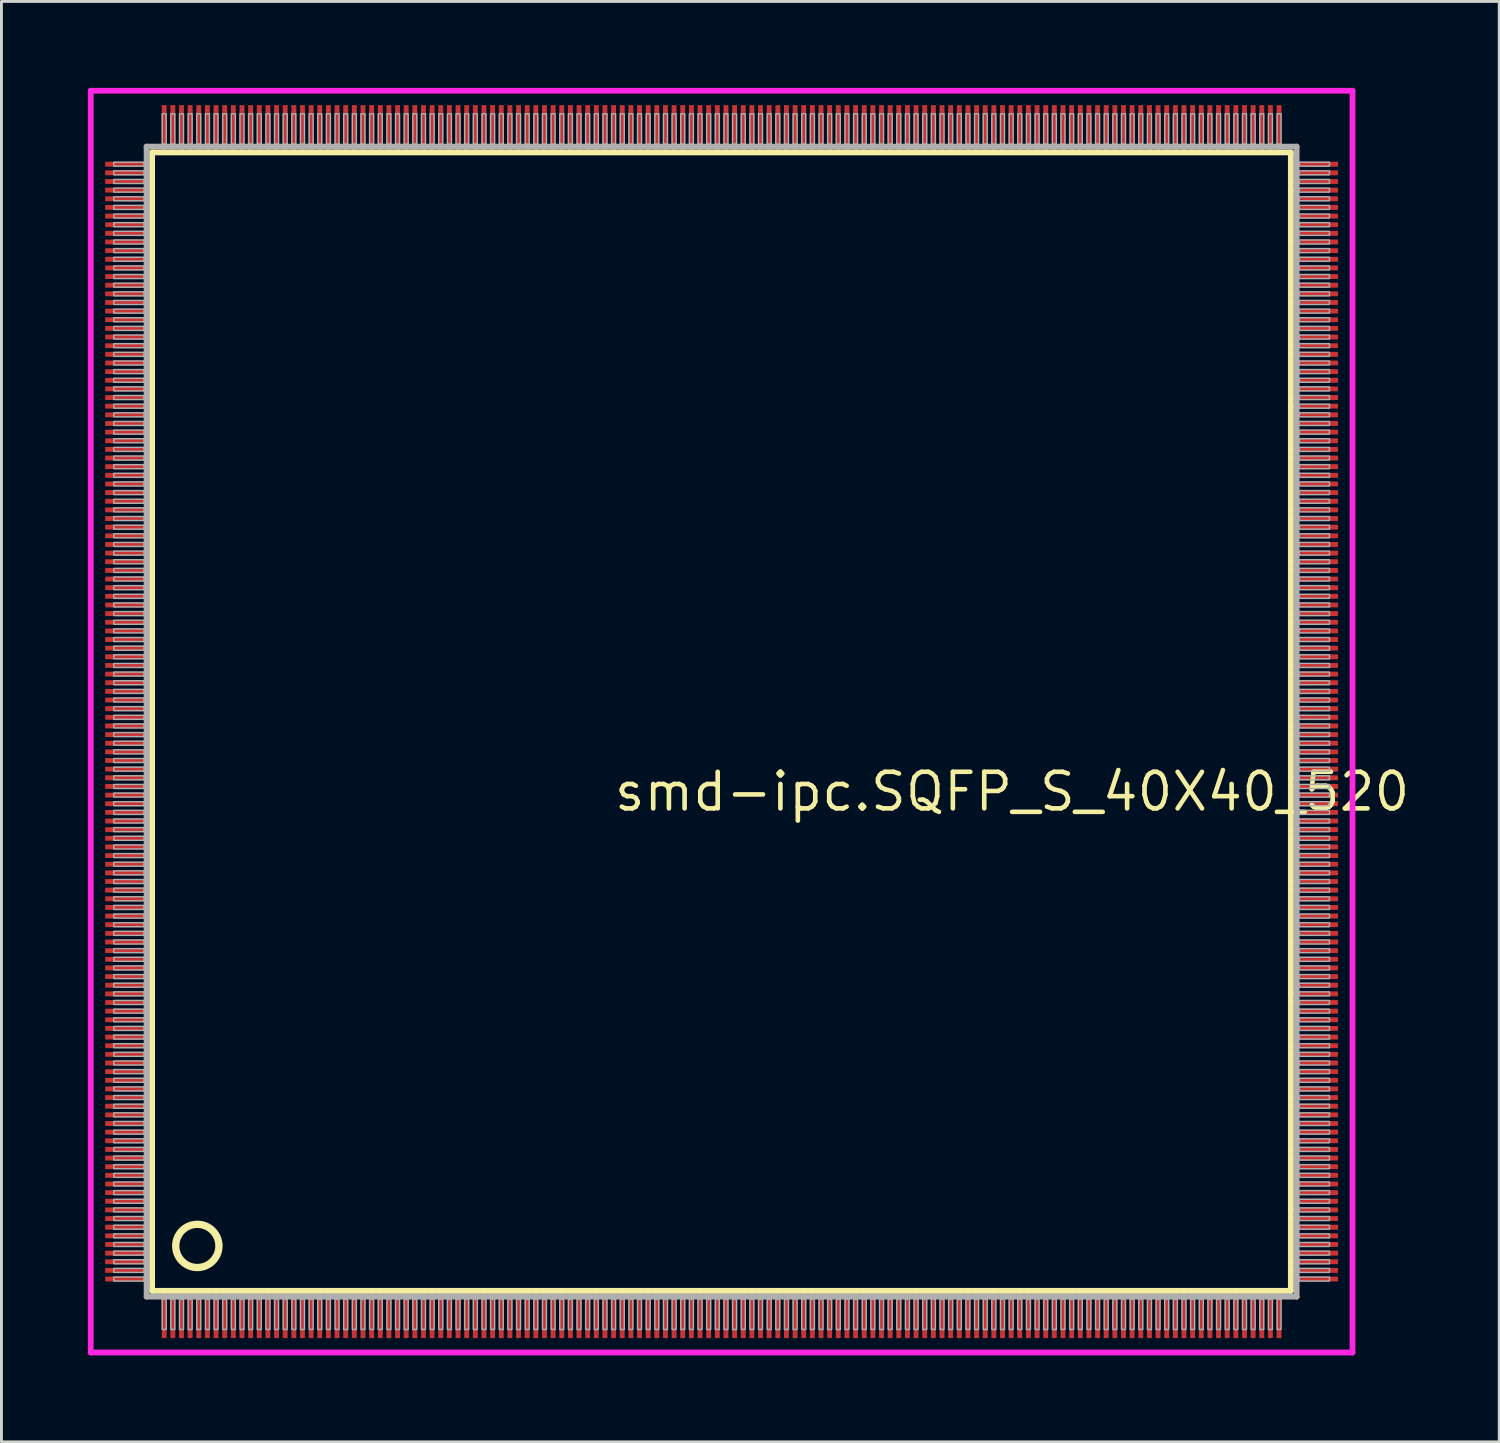
<source format=kicad_pcb>
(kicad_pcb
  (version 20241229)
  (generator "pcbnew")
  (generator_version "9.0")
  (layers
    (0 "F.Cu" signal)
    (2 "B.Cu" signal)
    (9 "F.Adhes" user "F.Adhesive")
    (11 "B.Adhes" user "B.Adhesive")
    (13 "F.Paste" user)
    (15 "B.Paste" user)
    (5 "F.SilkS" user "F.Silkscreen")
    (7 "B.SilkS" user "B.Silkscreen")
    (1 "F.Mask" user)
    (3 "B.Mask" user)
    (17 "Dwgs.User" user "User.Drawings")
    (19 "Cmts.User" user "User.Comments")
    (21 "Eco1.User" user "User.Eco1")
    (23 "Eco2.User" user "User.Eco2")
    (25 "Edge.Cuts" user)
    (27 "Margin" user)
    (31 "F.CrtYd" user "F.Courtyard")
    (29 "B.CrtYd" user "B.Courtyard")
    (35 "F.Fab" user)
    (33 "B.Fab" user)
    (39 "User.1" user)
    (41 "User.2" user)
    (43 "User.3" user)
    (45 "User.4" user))
  (footprint "smd-ipc.SQFP_S_40X40_520"
    (layer "F.Cu")
    (at 22 22)
    (property "Reference" "smd-ipc.SQFP_S_40X40_520" (at -3.81 3.175 0) (layer "F.SilkS") (effects (font (size 1.27 1.27) (thickness 0.16)) (justify left bottom)))
    (attr smd)
    (fp_line (start -19.77 -19.76) (end 19.76 -19.76) (stroke (width 0.203) (type default)) (layer "F.SilkS"))
    (fp_line (start -19.77 19.76) (end -19.77 -19.76) (stroke (width 0.203) (type default)) (layer "F.SilkS"))
    (fp_line (start 19.76 19.76) (end -19.77 19.76) (stroke (width 0.203) (type default)) (layer "F.SilkS"))
    (fp_line (start 19.76 -19.76) (end 19.76 19.76) (stroke (width 0.203) (type default)) (layer "F.SilkS"))
    (fp_circle (center -18.2 18.2) (end -17.45 18.2) (stroke (width 0.254) (type default)) (fill no) (layer "F.SilkS"))
    (fp_line (start -21.9 -21.9) (end 21.9 -21.9) (stroke (width 0.2) (type default)) (layer "F.CrtYd"))
    (fp_line (start -21.9 21.9) (end -21.9 -21.9) (stroke (width 0.2) (type default)) (layer "F.CrtYd"))
    (fp_line (start 21.9 -21.9) (end 21.9 21.9) (stroke (width 0.2) (type default)) (layer "F.CrtYd"))
    (fp_line (start 21.9 21.9) (end -21.9 21.9) (stroke (width 0.2) (type default)) (layer "F.CrtYd"))
    (fp_line (start -19.96 -19.96) (end -19.96 19.96) (stroke (width 0.203) (type default)) (layer "F.Fab"))
    (fp_line (start -19.96 19.96) (end 19.96 19.96) (stroke (width 0.203) (type default)) (layer "F.Fab"))
    (fp_line (start 19.96 -19.96) (end -19.96 -19.96) (stroke (width 0.203) (type default)) (layer "F.Fab"))
    (fp_line (start 19.96 19.96) (end 19.96 -19.96) (stroke (width 0.203) (type default)) (layer "F.Fab"))
    (fp_rect (start -21.1 -19.28) (end -20.05 -19.42) (stroke (width 0.05) (type default)) (fill no) (layer "F.Fab"))
    (fp_rect (start -21.1 -18.98) (end -20.05 -19.12) (stroke (width 0.05) (type default)) (fill no) (layer "F.Fab"))
    (fp_rect (start -21.1 -18.68) (end -20.05 -18.82) (stroke (width 0.05) (type default)) (fill no) (layer "F.Fab"))
    (fp_rect (start -21.1 -18.38) (end -20.05 -18.52) (stroke (width 0.05) (type default)) (fill no) (layer "F.Fab"))
    (fp_rect (start -21.1 -18.08) (end -20.05 -18.22) (stroke (width 0.05) (type default)) (fill no) (layer "F.Fab"))
    (fp_rect (start -21.1 -17.78) (end -20.05 -17.92) (stroke (width 0.05) (type default)) (fill no) (layer "F.Fab"))
    (fp_rect (start -21.1 -17.48) (end -20.05 -17.62) (stroke (width 0.05) (type default)) (fill no) (layer "F.Fab"))
    (fp_rect (start -21.1 -17.18) (end -20.05 -17.32) (stroke (width 0.05) (type default)) (fill no) (layer "F.Fab"))
    (fp_rect (start -21.1 -16.88) (end -20.05 -17.02) (stroke (width 0.05) (type default)) (fill no) (layer "F.Fab"))
    (fp_rect (start -21.1 -16.58) (end -20.05 -16.72) (stroke (width 0.05) (type default)) (fill no) (layer "F.Fab"))
    (fp_rect (start -21.1 -16.28) (end -20.05 -16.42) (stroke (width 0.05) (type default)) (fill no) (layer "F.Fab"))
    (fp_rect (start -21.1 -15.98) (end -20.05 -16.12) (stroke (width 0.05) (type default)) (fill no) (layer "F.Fab"))
    (fp_rect (start -21.1 -15.68) (end -20.05 -15.82) (stroke (width 0.05) (type default)) (fill no) (layer "F.Fab"))
    (fp_rect (start -21.1 -15.38) (end -20.05 -15.52) (stroke (width 0.05) (type default)) (fill no) (layer "F.Fab"))
    (fp_rect (start -21.1 -15.08) (end -20.05 -15.22) (stroke (width 0.05) (type default)) (fill no) (layer "F.Fab"))
    (fp_rect (start -21.1 -14.78) (end -20.05 -14.92) (stroke (width 0.05) (type default)) (fill no) (layer "F.Fab"))
    (fp_rect (start -21.1 -14.48) (end -20.05 -14.62) (stroke (width 0.05) (type default)) (fill no) (layer "F.Fab"))
    (fp_rect (start -21.1 -14.18) (end -20.05 -14.32) (stroke (width 0.05) (type default)) (fill no) (layer "F.Fab"))
    (fp_rect (start -21.1 -13.88) (end -20.05 -14.02) (stroke (width 0.05) (type default)) (fill no) (layer "F.Fab"))
    (fp_rect (start -21.1 -13.58) (end -20.05 -13.72) (stroke (width 0.05) (type default)) (fill no) (layer "F.Fab"))
    (fp_rect (start -21.1 -13.28) (end -20.05 -13.42) (stroke (width 0.05) (type default)) (fill no) (layer "F.Fab"))
    (fp_rect (start -21.1 -12.98) (end -20.05 -13.12) (stroke (width 0.05) (type default)) (fill no) (layer "F.Fab"))
    (fp_rect (start -21.1 -12.68) (end -20.05 -12.82) (stroke (width 0.05) (type default)) (fill no) (layer "F.Fab"))
    (fp_rect (start -21.1 -12.38) (end -20.05 -12.52) (stroke (width 0.05) (type default)) (fill no) (layer "F.Fab"))
    (fp_rect (start -21.1 -12.08) (end -20.05 -12.22) (stroke (width 0.05) (type default)) (fill no) (layer "F.Fab"))
    (fp_rect (start -21.1 -11.78) (end -20.05 -11.92) (stroke (width 0.05) (type default)) (fill no) (layer "F.Fab"))
    (fp_rect (start -21.1 -11.48) (end -20.05 -11.62) (stroke (width 0.05) (type default)) (fill no) (layer "F.Fab"))
    (fp_rect (start -21.1 -11.18) (end -20.05 -11.32) (stroke (width 0.05) (type default)) (fill no) (layer "F.Fab"))
    (fp_rect (start -21.1 -10.88) (end -20.05 -11.02) (stroke (width 0.05) (type default)) (fill no) (layer "F.Fab"))
    (fp_rect (start -21.1 -10.58) (end -20.05 -10.72) (stroke (width 0.05) (type default)) (fill no) (layer "F.Fab"))
    (fp_rect (start -21.1 -10.28) (end -20.05 -10.42) (stroke (width 0.05) (type default)) (fill no) (layer "F.Fab"))
    (fp_rect (start -21.1 -9.98) (end -20.05 -10.12) (stroke (width 0.05) (type default)) (fill no) (layer "F.Fab"))
    (fp_rect (start -21.1 -9.68) (end -20.05 -9.82) (stroke (width 0.05) (type default)) (fill no) (layer "F.Fab"))
    (fp_rect (start -21.1 -9.38) (end -20.05 -9.52) (stroke (width 0.05) (type default)) (fill no) (layer "F.Fab"))
    (fp_rect (start -21.1 -9.08) (end -20.05 -9.22) (stroke (width 0.05) (type default)) (fill no) (layer "F.Fab"))
    (fp_rect (start -21.1 -8.78) (end -20.05 -8.92) (stroke (width 0.05) (type default)) (fill no) (layer "F.Fab"))
    (fp_rect (start -21.1 -8.48) (end -20.05 -8.62) (stroke (width 0.05) (type default)) (fill no) (layer "F.Fab"))
    (fp_rect (start -21.1 -8.18) (end -20.05 -8.32) (stroke (width 0.05) (type default)) (fill no) (layer "F.Fab"))
    (fp_rect (start -21.1 -7.88) (end -20.05 -8.02) (stroke (width 0.05) (type default)) (fill no) (layer "F.Fab"))
    (fp_rect (start -21.1 -7.58) (end -20.05 -7.72) (stroke (width 0.05) (type default)) (fill no) (layer "F.Fab"))
    (fp_rect (start -21.1 -7.28) (end -20.05 -7.42) (stroke (width 0.05) (type default)) (fill no) (layer "F.Fab"))
    (fp_rect (start -21.1 -6.98) (end -20.05 -7.12) (stroke (width 0.05) (type default)) (fill no) (layer "F.Fab"))
    (fp_rect (start -21.1 -6.68) (end -20.05 -6.82) (stroke (width 0.05) (type default)) (fill no) (layer "F.Fab"))
    (fp_rect (start -21.1 -6.38) (end -20.05 -6.52) (stroke (width 0.05) (type default)) (fill no) (layer "F.Fab"))
    (fp_rect (start -21.1 -6.08) (end -20.05 -6.22) (stroke (width 0.05) (type default)) (fill no) (layer "F.Fab"))
    (fp_rect (start -21.1 -5.78) (end -20.05 -5.92) (stroke (width 0.05) (type default)) (fill no) (layer "F.Fab"))
    (fp_rect (start -21.1 -5.48) (end -20.05 -5.62) (stroke (width 0.05) (type default)) (fill no) (layer "F.Fab"))
    (fp_rect (start -21.1 -5.18) (end -20.05 -5.32) (stroke (width 0.05) (type default)) (fill no) (layer "F.Fab"))
    (fp_rect (start -21.1 -4.88) (end -20.05 -5.02) (stroke (width 0.05) (type default)) (fill no) (layer "F.Fab"))
    (fp_rect (start -21.1 -4.58) (end -20.05 -4.72) (stroke (width 0.05) (type default)) (fill no) (layer "F.Fab"))
    (fp_rect (start -21.1 -4.28) (end -20.05 -4.42) (stroke (width 0.05) (type default)) (fill no) (layer "F.Fab"))
    (fp_rect (start -21.1 -3.98) (end -20.05 -4.12) (stroke (width 0.05) (type default)) (fill no) (layer "F.Fab"))
    (fp_rect (start -21.1 -3.68) (end -20.05 -3.82) (stroke (width 0.05) (type default)) (fill no) (layer "F.Fab"))
    (fp_rect (start -21.1 -3.38) (end -20.05 -3.52) (stroke (width 0.05) (type default)) (fill no) (layer "F.Fab"))
    (fp_rect (start -21.1 -3.08) (end -20.05 -3.22) (stroke (width 0.05) (type default)) (fill no) (layer "F.Fab"))
    (fp_rect (start -21.1 -2.78) (end -20.05 -2.92) (stroke (width 0.05) (type default)) (fill no) (layer "F.Fab"))
    (fp_rect (start -21.1 -2.48) (end -20.05 -2.62) (stroke (width 0.05) (type default)) (fill no) (layer "F.Fab"))
    (fp_rect (start -21.1 -2.18) (end -20.05 -2.32) (stroke (width 0.05) (type default)) (fill no) (layer "F.Fab"))
    (fp_rect (start -21.1 -1.88) (end -20.05 -2.02) (stroke (width 0.05) (type default)) (fill no) (layer "F.Fab"))
    (fp_rect (start -21.1 -1.58) (end -20.05 -1.72) (stroke (width 0.05) (type default)) (fill no) (layer "F.Fab"))
    (fp_rect (start -21.1 -1.28) (end -20.05 -1.42) (stroke (width 0.05) (type default)) (fill no) (layer "F.Fab"))
    (fp_rect (start -21.1 -0.98) (end -20.05 -1.12) (stroke (width 0.05) (type default)) (fill no) (layer "F.Fab"))
    (fp_rect (start -21.1 -0.68) (end -20.05 -0.82) (stroke (width 0.05) (type default)) (fill no) (layer "F.Fab"))
    (fp_rect (start -21.1 -0.38) (end -20.05 -0.52) (stroke (width 0.05) (type default)) (fill no) (layer "F.Fab"))
    (fp_rect (start -21.1 -0.08) (end -20.05 -0.22) (stroke (width 0.05) (type default)) (fill no) (layer "F.Fab"))
    (fp_rect (start -21.1 0.22) (end -20.05 0.08) (stroke (width 0.05) (type default)) (fill no) (layer "F.Fab"))
    (fp_rect (start -21.1 0.52) (end -20.05 0.38) (stroke (width 0.05) (type default)) (fill no) (layer "F.Fab"))
    (fp_rect (start -21.1 0.82) (end -20.05 0.68) (stroke (width 0.05) (type default)) (fill no) (layer "F.Fab"))
    (fp_rect (start -21.1 1.12) (end -20.05 0.98) (stroke (width 0.05) (type default)) (fill no) (layer "F.Fab"))
    (fp_rect (start -21.1 1.42) (end -20.05 1.28) (stroke (width 0.05) (type default)) (fill no) (layer "F.Fab"))
    (fp_rect (start -21.1 1.72) (end -20.05 1.58) (stroke (width 0.05) (type default)) (fill no) (layer "F.Fab"))
    (fp_rect (start -21.1 2.02) (end -20.05 1.88) (stroke (width 0.05) (type default)) (fill no) (layer "F.Fab"))
    (fp_rect (start -21.1 2.32) (end -20.05 2.18) (stroke (width 0.05) (type default)) (fill no) (layer "F.Fab"))
    (fp_rect (start -21.1 2.62) (end -20.05 2.48) (stroke (width 0.05) (type default)) (fill no) (layer "F.Fab"))
    (fp_rect (start -21.1 2.92) (end -20.05 2.78) (stroke (width 0.05) (type default)) (fill no) (layer "F.Fab"))
    (fp_rect (start -21.1 3.22) (end -20.05 3.08) (stroke (width 0.05) (type default)) (fill no) (layer "F.Fab"))
    (fp_rect (start -21.1 3.52) (end -20.05 3.38) (stroke (width 0.05) (type default)) (fill no) (layer "F.Fab"))
    (fp_rect (start -21.1 3.82) (end -20.05 3.68) (stroke (width 0.05) (type default)) (fill no) (layer "F.Fab"))
    (fp_rect (start -21.1 4.12) (end -20.05 3.98) (stroke (width 0.05) (type default)) (fill no) (layer "F.Fab"))
    (fp_rect (start -21.1 4.42) (end -20.05 4.28) (stroke (width 0.05) (type default)) (fill no) (layer "F.Fab"))
    (fp_rect (start -21.1 4.72) (end -20.05 4.58) (stroke (width 0.05) (type default)) (fill no) (layer "F.Fab"))
    (fp_rect (start -21.1 5.02) (end -20.05 4.88) (stroke (width 0.05) (type default)) (fill no) (layer "F.Fab"))
    (fp_rect (start -21.1 5.32) (end -20.05 5.18) (stroke (width 0.05) (type default)) (fill no) (layer "F.Fab"))
    (fp_rect (start -21.1 5.62) (end -20.05 5.48) (stroke (width 0.05) (type default)) (fill no) (layer "F.Fab"))
    (fp_rect (start -21.1 5.92) (end -20.05 5.78) (stroke (width 0.05) (type default)) (fill no) (layer "F.Fab"))
    (fp_rect (start -21.1 6.22) (end -20.05 6.08) (stroke (width 0.05) (type default)) (fill no) (layer "F.Fab"))
    (fp_rect (start -21.1 6.52) (end -20.05 6.38) (stroke (width 0.05) (type default)) (fill no) (layer "F.Fab"))
    (fp_rect (start -21.1 6.82) (end -20.05 6.68) (stroke (width 0.05) (type default)) (fill no) (layer "F.Fab"))
    (fp_rect (start -21.1 7.12) (end -20.05 6.98) (stroke (width 0.05) (type default)) (fill no) (layer "F.Fab"))
    (fp_rect (start -21.1 7.42) (end -20.05 7.28) (stroke (width 0.05) (type default)) (fill no) (layer "F.Fab"))
    (fp_rect (start -21.1 7.72) (end -20.05 7.58) (stroke (width 0.05) (type default)) (fill no) (layer "F.Fab"))
    (fp_rect (start -21.1 8.02) (end -20.05 7.88) (stroke (width 0.05) (type default)) (fill no) (layer "F.Fab"))
    (fp_rect (start -21.1 8.32) (end -20.05 8.18) (stroke (width 0.05) (type default)) (fill no) (layer "F.Fab"))
    (fp_rect (start -21.1 8.62) (end -20.05 8.48) (stroke (width 0.05) (type default)) (fill no) (layer "F.Fab"))
    (fp_rect (start -21.1 8.92) (end -20.05 8.78) (stroke (width 0.05) (type default)) (fill no) (layer "F.Fab"))
    (fp_rect (start -21.1 9.22) (end -20.05 9.08) (stroke (width 0.05) (type default)) (fill no) (layer "F.Fab"))
    (fp_rect (start -21.1 9.52) (end -20.05 9.38) (stroke (width 0.05) (type default)) (fill no) (layer "F.Fab"))
    (fp_rect (start -21.1 9.82) (end -20.05 9.68) (stroke (width 0.05) (type default)) (fill no) (layer "F.Fab"))
    (fp_rect (start -21.1 10.12) (end -20.05 9.98) (stroke (width 0.05) (type default)) (fill no) (layer "F.Fab"))
    (fp_rect (start -21.1 10.42) (end -20.05 10.28) (stroke (width 0.05) (type default)) (fill no) (layer "F.Fab"))
    (fp_rect (start -21.1 10.72) (end -20.05 10.58) (stroke (width 0.05) (type default)) (fill no) (layer "F.Fab"))
    (fp_rect (start -21.1 11.02) (end -20.05 10.88) (stroke (width 0.05) (type default)) (fill no) (layer "F.Fab"))
    (fp_rect (start -21.1 11.32) (end -20.05 11.18) (stroke (width 0.05) (type default)) (fill no) (layer "F.Fab"))
    (fp_rect (start -21.1 11.62) (end -20.05 11.48) (stroke (width 0.05) (type default)) (fill no) (layer "F.Fab"))
    (fp_rect (start -21.1 11.92) (end -20.05 11.78) (stroke (width 0.05) (type default)) (fill no) (layer "F.Fab"))
    (fp_rect (start -21.1 12.22) (end -20.05 12.08) (stroke (width 0.05) (type default)) (fill no) (layer "F.Fab"))
    (fp_rect (start -21.1 12.52) (end -20.05 12.38) (stroke (width 0.05) (type default)) (fill no) (layer "F.Fab"))
    (fp_rect (start -21.1 12.82) (end -20.05 12.68) (stroke (width 0.05) (type default)) (fill no) (layer "F.Fab"))
    (fp_rect (start -21.1 13.12) (end -20.05 12.98) (stroke (width 0.05) (type default)) (fill no) (layer "F.Fab"))
    (fp_rect (start -21.1 13.42) (end -20.05 13.28) (stroke (width 0.05) (type default)) (fill no) (layer "F.Fab"))
    (fp_rect (start -21.1 13.72) (end -20.05 13.58) (stroke (width 0.05) (type default)) (fill no) (layer "F.Fab"))
    (fp_rect (start -21.1 14.02) (end -20.05 13.88) (stroke (width 0.05) (type default)) (fill no) (layer "F.Fab"))
    (fp_rect (start -21.1 14.32) (end -20.05 14.18) (stroke (width 0.05) (type default)) (fill no) (layer "F.Fab"))
    (fp_rect (start -21.1 14.62) (end -20.05 14.48) (stroke (width 0.05) (type default)) (fill no) (layer "F.Fab"))
    (fp_rect (start -21.1 14.92) (end -20.05 14.78) (stroke (width 0.05) (type default)) (fill no) (layer "F.Fab"))
    (fp_rect (start -21.1 15.22) (end -20.05 15.08) (stroke (width 0.05) (type default)) (fill no) (layer "F.Fab"))
    (fp_rect (start -21.1 15.52) (end -20.05 15.38) (stroke (width 0.05) (type default)) (fill no) (layer "F.Fab"))
    (fp_rect (start -21.1 15.82) (end -20.05 15.68) (stroke (width 0.05) (type default)) (fill no) (layer "F.Fab"))
    (fp_rect (start -21.1 16.12) (end -20.05 15.98) (stroke (width 0.05) (type default)) (fill no) (layer "F.Fab"))
    (fp_rect (start -21.1 16.42) (end -20.05 16.28) (stroke (width 0.05) (type default)) (fill no) (layer "F.Fab"))
    (fp_rect (start -21.1 16.72) (end -20.05 16.58) (stroke (width 0.05) (type default)) (fill no) (layer "F.Fab"))
    (fp_rect (start -21.1 17.02) (end -20.05 16.88) (stroke (width 0.05) (type default)) (fill no) (layer "F.Fab"))
    (fp_rect (start -21.1 17.32) (end -20.05 17.18) (stroke (width 0.05) (type default)) (fill no) (layer "F.Fab"))
    (fp_rect (start -21.1 17.62) (end -20.05 17.48) (stroke (width 0.05) (type default)) (fill no) (layer "F.Fab"))
    (fp_rect (start -21.1 17.92) (end -20.05 17.78) (stroke (width 0.05) (type default)) (fill no) (layer "F.Fab"))
    (fp_rect (start -21.1 18.22) (end -20.05 18.08) (stroke (width 0.05) (type default)) (fill no) (layer "F.Fab"))
    (fp_rect (start -21.1 18.52) (end -20.05 18.38) (stroke (width 0.05) (type default)) (fill no) (layer "F.Fab"))
    (fp_rect (start -21.1 18.82) (end -20.05 18.68) (stroke (width 0.05) (type default)) (fill no) (layer "F.Fab"))
    (fp_rect (start -21.1 19.12) (end -20.05 18.98) (stroke (width 0.05) (type default)) (fill no) (layer "F.Fab"))
    (fp_rect (start -21.1 19.42) (end -20.05 19.28) (stroke (width 0.05) (type default)) (fill no) (layer "F.Fab"))
    (fp_rect (start -19.42 -20.05) (end -19.28 -21.1) (stroke (width 0.05) (type default)) (fill no) (layer "F.Fab"))
    (fp_rect (start -19.42 21.1) (end -19.28 20.05) (stroke (width 0.05) (type default)) (fill no) (layer "F.Fab"))
    (fp_rect (start -19.12 -20.05) (end -18.98 -21.1) (stroke (width 0.05) (type default)) (fill no) (layer "F.Fab"))
    (fp_rect (start -19.12 21.1) (end -18.98 20.05) (stroke (width 0.05) (type default)) (fill no) (layer "F.Fab"))
    (fp_rect (start -18.82 -20.05) (end -18.68 -21.1) (stroke (width 0.05) (type default)) (fill no) (layer "F.Fab"))
    (fp_rect (start -18.82 21.1) (end -18.68 20.05) (stroke (width 0.05) (type default)) (fill no) (layer "F.Fab"))
    (fp_rect (start -18.52 -20.05) (end -18.38 -21.1) (stroke (width 0.05) (type default)) (fill no) (layer "F.Fab"))
    (fp_rect (start -18.52 21.1) (end -18.38 20.05) (stroke (width 0.05) (type default)) (fill no) (layer "F.Fab"))
    (fp_rect (start -18.22 -20.05) (end -18.08 -21.1) (stroke (width 0.05) (type default)) (fill no) (layer "F.Fab"))
    (fp_rect (start -18.22 21.1) (end -18.08 20.05) (stroke (width 0.05) (type default)) (fill no) (layer "F.Fab"))
    (fp_rect (start -17.92 -20.05) (end -17.78 -21.1) (stroke (width 0.05) (type default)) (fill no) (layer "F.Fab"))
    (fp_rect (start -17.92 21.1) (end -17.78 20.05) (stroke (width 0.05) (type default)) (fill no) (layer "F.Fab"))
    (fp_rect (start -17.62 -20.05) (end -17.48 -21.1) (stroke (width 0.05) (type default)) (fill no) (layer "F.Fab"))
    (fp_rect (start -17.62 21.1) (end -17.48 20.05) (stroke (width 0.05) (type default)) (fill no) (layer "F.Fab"))
    (fp_rect (start -17.32 -20.05) (end -17.18 -21.1) (stroke (width 0.05) (type default)) (fill no) (layer "F.Fab"))
    (fp_rect (start -17.32 21.1) (end -17.18 20.05) (stroke (width 0.05) (type default)) (fill no) (layer "F.Fab"))
    (fp_rect (start -17.02 -20.05) (end -16.88 -21.1) (stroke (width 0.05) (type default)) (fill no) (layer "F.Fab"))
    (fp_rect (start -17.02 21.1) (end -16.88 20.05) (stroke (width 0.05) (type default)) (fill no) (layer "F.Fab"))
    (fp_rect (start -16.72 -20.05) (end -16.58 -21.1) (stroke (width 0.05) (type default)) (fill no) (layer "F.Fab"))
    (fp_rect (start -16.72 21.1) (end -16.58 20.05) (stroke (width 0.05) (type default)) (fill no) (layer "F.Fab"))
    (fp_rect (start -16.42 -20.05) (end -16.28 -21.1) (stroke (width 0.05) (type default)) (fill no) (layer "F.Fab"))
    (fp_rect (start -16.42 21.1) (end -16.28 20.05) (stroke (width 0.05) (type default)) (fill no) (layer "F.Fab"))
    (fp_rect (start -16.12 -20.05) (end -15.98 -21.1) (stroke (width 0.05) (type default)) (fill no) (layer "F.Fab"))
    (fp_rect (start -16.12 21.1) (end -15.98 20.05) (stroke (width 0.05) (type default)) (fill no) (layer "F.Fab"))
    (fp_rect (start -15.82 -20.05) (end -15.68 -21.1) (stroke (width 0.05) (type default)) (fill no) (layer "F.Fab"))
    (fp_rect (start -15.82 21.1) (end -15.68 20.05) (stroke (width 0.05) (type default)) (fill no) (layer "F.Fab"))
    (fp_rect (start -15.52 -20.05) (end -15.38 -21.1) (stroke (width 0.05) (type default)) (fill no) (layer "F.Fab"))
    (fp_rect (start -15.52 21.1) (end -15.38 20.05) (stroke (width 0.05) (type default)) (fill no) (layer "F.Fab"))
    (fp_rect (start -15.22 -20.05) (end -15.08 -21.1) (stroke (width 0.05) (type default)) (fill no) (layer "F.Fab"))
    (fp_rect (start -15.22 21.1) (end -15.08 20.05) (stroke (width 0.05) (type default)) (fill no) (layer "F.Fab"))
    (fp_rect (start -14.92 -20.05) (end -14.78 -21.1) (stroke (width 0.05) (type default)) (fill no) (layer "F.Fab"))
    (fp_rect (start -14.92 21.1) (end -14.78 20.05) (stroke (width 0.05) (type default)) (fill no) (layer "F.Fab"))
    (fp_rect (start -14.62 -20.05) (end -14.48 -21.1) (stroke (width 0.05) (type default)) (fill no) (layer "F.Fab"))
    (fp_rect (start -14.62 21.1) (end -14.48 20.05) (stroke (width 0.05) (type default)) (fill no) (layer "F.Fab"))
    (fp_rect (start -14.32 -20.05) (end -14.18 -21.1) (stroke (width 0.05) (type default)) (fill no) (layer "F.Fab"))
    (fp_rect (start -14.32 21.1) (end -14.18 20.05) (stroke (width 0.05) (type default)) (fill no) (layer "F.Fab"))
    (fp_rect (start -14.02 -20.05) (end -13.88 -21.1) (stroke (width 0.05) (type default)) (fill no) (layer "F.Fab"))
    (fp_rect (start -14.02 21.1) (end -13.88 20.05) (stroke (width 0.05) (type default)) (fill no) (layer "F.Fab"))
    (fp_rect (start -13.72 -20.05) (end -13.58 -21.1) (stroke (width 0.05) (type default)) (fill no) (layer "F.Fab"))
    (fp_rect (start -13.72 21.1) (end -13.58 20.05) (stroke (width 0.05) (type default)) (fill no) (layer "F.Fab"))
    (fp_rect (start -13.42 -20.05) (end -13.28 -21.1) (stroke (width 0.05) (type default)) (fill no) (layer "F.Fab"))
    (fp_rect (start -13.42 21.1) (end -13.28 20.05) (stroke (width 0.05) (type default)) (fill no) (layer "F.Fab"))
    (fp_rect (start -13.12 -20.05) (end -12.98 -21.1) (stroke (width 0.05) (type default)) (fill no) (layer "F.Fab"))
    (fp_rect (start -13.12 21.1) (end -12.98 20.05) (stroke (width 0.05) (type default)) (fill no) (layer "F.Fab"))
    (fp_rect (start -12.82 -20.05) (end -12.68 -21.1) (stroke (width 0.05) (type default)) (fill no) (layer "F.Fab"))
    (fp_rect (start -12.82 21.1) (end -12.68 20.05) (stroke (width 0.05) (type default)) (fill no) (layer "F.Fab"))
    (fp_rect (start -12.52 -20.05) (end -12.38 -21.1) (stroke (width 0.05) (type default)) (fill no) (layer "F.Fab"))
    (fp_rect (start -12.52 21.1) (end -12.38 20.05) (stroke (width 0.05) (type default)) (fill no) (layer "F.Fab"))
    (fp_rect (start -12.22 -20.05) (end -12.08 -21.1) (stroke (width 0.05) (type default)) (fill no) (layer "F.Fab"))
    (fp_rect (start -12.22 21.1) (end -12.08 20.05) (stroke (width 0.05) (type default)) (fill no) (layer "F.Fab"))
    (fp_rect (start -11.92 -20.05) (end -11.78 -21.1) (stroke (width 0.05) (type default)) (fill no) (layer "F.Fab"))
    (fp_rect (start -11.92 21.1) (end -11.78 20.05) (stroke (width 0.05) (type default)) (fill no) (layer "F.Fab"))
    (fp_rect (start -11.62 -20.05) (end -11.48 -21.1) (stroke (width 0.05) (type default)) (fill no) (layer "F.Fab"))
    (fp_rect (start -11.62 21.1) (end -11.48 20.05) (stroke (width 0.05) (type default)) (fill no) (layer "F.Fab"))
    (fp_rect (start -11.32 -20.05) (end -11.18 -21.1) (stroke (width 0.05) (type default)) (fill no) (layer "F.Fab"))
    (fp_rect (start -11.32 21.1) (end -11.18 20.05) (stroke (width 0.05) (type default)) (fill no) (layer "F.Fab"))
    (fp_rect (start -11.02 -20.05) (end -10.88 -21.1) (stroke (width 0.05) (type default)) (fill no) (layer "F.Fab"))
    (fp_rect (start -11.02 21.1) (end -10.88 20.05) (stroke (width 0.05) (type default)) (fill no) (layer "F.Fab"))
    (fp_rect (start -10.72 -20.05) (end -10.58 -21.1) (stroke (width 0.05) (type default)) (fill no) (layer "F.Fab"))
    (fp_rect (start -10.72 21.1) (end -10.58 20.05) (stroke (width 0.05) (type default)) (fill no) (layer "F.Fab"))
    (fp_rect (start -10.42 -20.05) (end -10.28 -21.1) (stroke (width 0.05) (type default)) (fill no) (layer "F.Fab"))
    (fp_rect (start -10.42 21.1) (end -10.28 20.05) (stroke (width 0.05) (type default)) (fill no) (layer "F.Fab"))
    (fp_rect (start -10.12 -20.05) (end -9.98 -21.1) (stroke (width 0.05) (type default)) (fill no) (layer "F.Fab"))
    (fp_rect (start -10.12 21.1) (end -9.98 20.05) (stroke (width 0.05) (type default)) (fill no) (layer "F.Fab"))
    (fp_rect (start -9.82 -20.05) (end -9.68 -21.1) (stroke (width 0.05) (type default)) (fill no) (layer "F.Fab"))
    (fp_rect (start -9.82 21.1) (end -9.68 20.05) (stroke (width 0.05) (type default)) (fill no) (layer "F.Fab"))
    (fp_rect (start -9.52 -20.05) (end -9.38 -21.1) (stroke (width 0.05) (type default)) (fill no) (layer "F.Fab"))
    (fp_rect (start -9.52 21.1) (end -9.38 20.05) (stroke (width 0.05) (type default)) (fill no) (layer "F.Fab"))
    (fp_rect (start -9.22 -20.05) (end -9.08 -21.1) (stroke (width 0.05) (type default)) (fill no) (layer "F.Fab"))
    (fp_rect (start -9.22 21.1) (end -9.08 20.05) (stroke (width 0.05) (type default)) (fill no) (layer "F.Fab"))
    (fp_rect (start -8.92 -20.05) (end -8.78 -21.1) (stroke (width 0.05) (type default)) (fill no) (layer "F.Fab"))
    (fp_rect (start -8.92 21.1) (end -8.78 20.05) (stroke (width 0.05) (type default)) (fill no) (layer "F.Fab"))
    (fp_rect (start -8.62 -20.05) (end -8.48 -21.1) (stroke (width 0.05) (type default)) (fill no) (layer "F.Fab"))
    (fp_rect (start -8.62 21.1) (end -8.48 20.05) (stroke (width 0.05) (type default)) (fill no) (layer "F.Fab"))
    (fp_rect (start -8.32 -20.05) (end -8.18 -21.1) (stroke (width 0.05) (type default)) (fill no) (layer "F.Fab"))
    (fp_rect (start -8.32 21.1) (end -8.18 20.05) (stroke (width 0.05) (type default)) (fill no) (layer "F.Fab"))
    (fp_rect (start -8.02 -20.05) (end -7.88 -21.1) (stroke (width 0.05) (type default)) (fill no) (layer "F.Fab"))
    (fp_rect (start -8.02 21.1) (end -7.88 20.05) (stroke (width 0.05) (type default)) (fill no) (layer "F.Fab"))
    (fp_rect (start -7.72 -20.05) (end -7.58 -21.1) (stroke (width 0.05) (type default)) (fill no) (layer "F.Fab"))
    (fp_rect (start -7.72 21.1) (end -7.58 20.05) (stroke (width 0.05) (type default)) (fill no) (layer "F.Fab"))
    (fp_rect (start -7.42 -20.05) (end -7.28 -21.1) (stroke (width 0.05) (type default)) (fill no) (layer "F.Fab"))
    (fp_rect (start -7.42 21.1) (end -7.28 20.05) (stroke (width 0.05) (type default)) (fill no) (layer "F.Fab"))
    (fp_rect (start -7.12 -20.05) (end -6.98 -21.1) (stroke (width 0.05) (type default)) (fill no) (layer "F.Fab"))
    (fp_rect (start -7.12 21.1) (end -6.98 20.05) (stroke (width 0.05) (type default)) (fill no) (layer "F.Fab"))
    (fp_rect (start -6.82 -20.05) (end -6.68 -21.1) (stroke (width 0.05) (type default)) (fill no) (layer "F.Fab"))
    (fp_rect (start -6.82 21.1) (end -6.68 20.05) (stroke (width 0.05) (type default)) (fill no) (layer "F.Fab"))
    (fp_rect (start -6.52 -20.05) (end -6.38 -21.1) (stroke (width 0.05) (type default)) (fill no) (layer "F.Fab"))
    (fp_rect (start -6.52 21.1) (end -6.38 20.05) (stroke (width 0.05) (type default)) (fill no) (layer "F.Fab"))
    (fp_rect (start -6.22 -20.05) (end -6.08 -21.1) (stroke (width 0.05) (type default)) (fill no) (layer "F.Fab"))
    (fp_rect (start -6.22 21.1) (end -6.08 20.05) (stroke (width 0.05) (type default)) (fill no) (layer "F.Fab"))
    (fp_rect (start -5.92 -20.05) (end -5.78 -21.1) (stroke (width 0.05) (type default)) (fill no) (layer "F.Fab"))
    (fp_rect (start -5.92 21.1) (end -5.78 20.05) (stroke (width 0.05) (type default)) (fill no) (layer "F.Fab"))
    (fp_rect (start -5.62 -20.05) (end -5.48 -21.1) (stroke (width 0.05) (type default)) (fill no) (layer "F.Fab"))
    (fp_rect (start -5.62 21.1) (end -5.48 20.05) (stroke (width 0.05) (type default)) (fill no) (layer "F.Fab"))
    (fp_rect (start -5.32 -20.05) (end -5.18 -21.1) (stroke (width 0.05) (type default)) (fill no) (layer "F.Fab"))
    (fp_rect (start -5.32 21.1) (end -5.18 20.05) (stroke (width 0.05) (type default)) (fill no) (layer "F.Fab"))
    (fp_rect (start -5.02 -20.05) (end -4.88 -21.1) (stroke (width 0.05) (type default)) (fill no) (layer "F.Fab"))
    (fp_rect (start -5.02 21.1) (end -4.88 20.05) (stroke (width 0.05) (type default)) (fill no) (layer "F.Fab"))
    (fp_rect (start -4.72 -20.05) (end -4.58 -21.1) (stroke (width 0.05) (type default)) (fill no) (layer "F.Fab"))
    (fp_rect (start -4.72 21.1) (end -4.58 20.05) (stroke (width 0.05) (type default)) (fill no) (layer "F.Fab"))
    (fp_rect (start -4.42 -20.05) (end -4.28 -21.1) (stroke (width 0.05) (type default)) (fill no) (layer "F.Fab"))
    (fp_rect (start -4.42 21.1) (end -4.28 20.05) (stroke (width 0.05) (type default)) (fill no) (layer "F.Fab"))
    (fp_rect (start -4.12 -20.05) (end -3.98 -21.1) (stroke (width 0.05) (type default)) (fill no) (layer "F.Fab"))
    (fp_rect (start -4.12 21.1) (end -3.98 20.05) (stroke (width 0.05) (type default)) (fill no) (layer "F.Fab"))
    (fp_rect (start -3.82 -20.05) (end -3.68 -21.1) (stroke (width 0.05) (type default)) (fill no) (layer "F.Fab"))
    (fp_rect (start -3.82 21.1) (end -3.68 20.05) (stroke (width 0.05) (type default)) (fill no) (layer "F.Fab"))
    (fp_rect (start -3.52 -20.05) (end -3.38 -21.1) (stroke (width 0.05) (type default)) (fill no) (layer "F.Fab"))
    (fp_rect (start -3.52 21.1) (end -3.38 20.05) (stroke (width 0.05) (type default)) (fill no) (layer "F.Fab"))
    (fp_rect (start -3.22 -20.05) (end -3.08 -21.1) (stroke (width 0.05) (type default)) (fill no) (layer "F.Fab"))
    (fp_rect (start -3.22 21.1) (end -3.08 20.05) (stroke (width 0.05) (type default)) (fill no) (layer "F.Fab"))
    (fp_rect (start -2.92 -20.05) (end -2.78 -21.1) (stroke (width 0.05) (type default)) (fill no) (layer "F.Fab"))
    (fp_rect (start -2.92 21.1) (end -2.78 20.05) (stroke (width 0.05) (type default)) (fill no) (layer "F.Fab"))
    (fp_rect (start -2.62 -20.05) (end -2.48 -21.1) (stroke (width 0.05) (type default)) (fill no) (layer "F.Fab"))
    (fp_rect (start -2.62 21.1) (end -2.48 20.05) (stroke (width 0.05) (type default)) (fill no) (layer "F.Fab"))
    (fp_rect (start -2.32 -20.05) (end -2.18 -21.1) (stroke (width 0.05) (type default)) (fill no) (layer "F.Fab"))
    (fp_rect (start -2.32 21.1) (end -2.18 20.05) (stroke (width 0.05) (type default)) (fill no) (layer "F.Fab"))
    (fp_rect (start -2.02 -20.05) (end -1.88 -21.1) (stroke (width 0.05) (type default)) (fill no) (layer "F.Fab"))
    (fp_rect (start -2.02 21.1) (end -1.88 20.05) (stroke (width 0.05) (type default)) (fill no) (layer "F.Fab"))
    (fp_rect (start -1.72 -20.05) (end -1.58 -21.1) (stroke (width 0.05) (type default)) (fill no) (layer "F.Fab"))
    (fp_rect (start -1.72 21.1) (end -1.58 20.05) (stroke (width 0.05) (type default)) (fill no) (layer "F.Fab"))
    (fp_rect (start -1.42 -20.05) (end -1.28 -21.1) (stroke (width 0.05) (type default)) (fill no) (layer "F.Fab"))
    (fp_rect (start -1.42 21.1) (end -1.28 20.05) (stroke (width 0.05) (type default)) (fill no) (layer "F.Fab"))
    (fp_rect (start -1.12 -20.05) (end -0.98 -21.1) (stroke (width 0.05) (type default)) (fill no) (layer "F.Fab"))
    (fp_rect (start -1.12 21.1) (end -0.98 20.05) (stroke (width 0.05) (type default)) (fill no) (layer "F.Fab"))
    (fp_rect (start -0.82 -20.05) (end -0.68 -21.1) (stroke (width 0.05) (type default)) (fill no) (layer "F.Fab"))
    (fp_rect (start -0.82 21.1) (end -0.68 20.05) (stroke (width 0.05) (type default)) (fill no) (layer "F.Fab"))
    (fp_rect (start -0.52 -20.05) (end -0.38 -21.1) (stroke (width 0.05) (type default)) (fill no) (layer "F.Fab"))
    (fp_rect (start -0.52 21.1) (end -0.38 20.05) (stroke (width 0.05) (type default)) (fill no) (layer "F.Fab"))
    (fp_rect (start -0.22 -20.05) (end -0.08 -21.1) (stroke (width 0.05) (type default)) (fill no) (layer "F.Fab"))
    (fp_rect (start -0.22 21.1) (end -0.08 20.05) (stroke (width 0.05) (type default)) (fill no) (layer "F.Fab"))
    (fp_rect (start 0.08 -20.05) (end 0.22 -21.1) (stroke (width 0.05) (type default)) (fill no) (layer "F.Fab"))
    (fp_rect (start 0.08 21.1) (end 0.22 20.05) (stroke (width 0.05) (type default)) (fill no) (layer "F.Fab"))
    (fp_rect (start 0.38 -20.05) (end 0.52 -21.1) (stroke (width 0.05) (type default)) (fill no) (layer "F.Fab"))
    (fp_rect (start 0.38 21.1) (end 0.52 20.05) (stroke (width 0.05) (type default)) (fill no) (layer "F.Fab"))
    (fp_rect (start 0.68 -20.05) (end 0.82 -21.1) (stroke (width 0.05) (type default)) (fill no) (layer "F.Fab"))
    (fp_rect (start 0.68 21.1) (end 0.82 20.05) (stroke (width 0.05) (type default)) (fill no) (layer "F.Fab"))
    (fp_rect (start 0.98 -20.05) (end 1.12 -21.1) (stroke (width 0.05) (type default)) (fill no) (layer "F.Fab"))
    (fp_rect (start 0.98 21.1) (end 1.12 20.05) (stroke (width 0.05) (type default)) (fill no) (layer "F.Fab"))
    (fp_rect (start 1.28 -20.05) (end 1.42 -21.1) (stroke (width 0.05) (type default)) (fill no) (layer "F.Fab"))
    (fp_rect (start 1.28 21.1) (end 1.42 20.05) (stroke (width 0.05) (type default)) (fill no) (layer "F.Fab"))
    (fp_rect (start 1.58 -20.05) (end 1.72 -21.1) (stroke (width 0.05) (type default)) (fill no) (layer "F.Fab"))
    (fp_rect (start 1.58 21.1) (end 1.72 20.05) (stroke (width 0.05) (type default)) (fill no) (layer "F.Fab"))
    (fp_rect (start 1.88 -20.05) (end 2.02 -21.1) (stroke (width 0.05) (type default)) (fill no) (layer "F.Fab"))
    (fp_rect (start 1.88 21.1) (end 2.02 20.05) (stroke (width 0.05) (type default)) (fill no) (layer "F.Fab"))
    (fp_rect (start 2.18 -20.05) (end 2.32 -21.1) (stroke (width 0.05) (type default)) (fill no) (layer "F.Fab"))
    (fp_rect (start 2.18 21.1) (end 2.32 20.05) (stroke (width 0.05) (type default)) (fill no) (layer "F.Fab"))
    (fp_rect (start 2.48 -20.05) (end 2.62 -21.1) (stroke (width 0.05) (type default)) (fill no) (layer "F.Fab"))
    (fp_rect (start 2.48 21.1) (end 2.62 20.05) (stroke (width 0.05) (type default)) (fill no) (layer "F.Fab"))
    (fp_rect (start 2.78 -20.05) (end 2.92 -21.1) (stroke (width 0.05) (type default)) (fill no) (layer "F.Fab"))
    (fp_rect (start 2.78 21.1) (end 2.92 20.05) (stroke (width 0.05) (type default)) (fill no) (layer "F.Fab"))
    (fp_rect (start 3.08 -20.05) (end 3.22 -21.1) (stroke (width 0.05) (type default)) (fill no) (layer "F.Fab"))
    (fp_rect (start 3.08 21.1) (end 3.22 20.05) (stroke (width 0.05) (type default)) (fill no) (layer "F.Fab"))
    (fp_rect (start 3.38 -20.05) (end 3.52 -21.1) (stroke (width 0.05) (type default)) (fill no) (layer "F.Fab"))
    (fp_rect (start 3.38 21.1) (end 3.52 20.05) (stroke (width 0.05) (type default)) (fill no) (layer "F.Fab"))
    (fp_rect (start 3.68 -20.05) (end 3.82 -21.1) (stroke (width 0.05) (type default)) (fill no) (layer "F.Fab"))
    (fp_rect (start 3.68 21.1) (end 3.82 20.05) (stroke (width 0.05) (type default)) (fill no) (layer "F.Fab"))
    (fp_rect (start 3.98 -20.05) (end 4.12 -21.1) (stroke (width 0.05) (type default)) (fill no) (layer "F.Fab"))
    (fp_rect (start 3.98 21.1) (end 4.12 20.05) (stroke (width 0.05) (type default)) (fill no) (layer "F.Fab"))
    (fp_rect (start 4.28 -20.05) (end 4.42 -21.1) (stroke (width 0.05) (type default)) (fill no) (layer "F.Fab"))
    (fp_rect (start 4.28 21.1) (end 4.42 20.05) (stroke (width 0.05) (type default)) (fill no) (layer "F.Fab"))
    (fp_rect (start 4.58 -20.05) (end 4.72 -21.1) (stroke (width 0.05) (type default)) (fill no) (layer "F.Fab"))
    (fp_rect (start 4.58 21.1) (end 4.72 20.05) (stroke (width 0.05) (type default)) (fill no) (layer "F.Fab"))
    (fp_rect (start 4.88 -20.05) (end 5.02 -21.1) (stroke (width 0.05) (type default)) (fill no) (layer "F.Fab"))
    (fp_rect (start 4.88 21.1) (end 5.02 20.05) (stroke (width 0.05) (type default)) (fill no) (layer "F.Fab"))
    (fp_rect (start 5.18 -20.05) (end 5.32 -21.1) (stroke (width 0.05) (type default)) (fill no) (layer "F.Fab"))
    (fp_rect (start 5.18 21.1) (end 5.32 20.05) (stroke (width 0.05) (type default)) (fill no) (layer "F.Fab"))
    (fp_rect (start 5.48 -20.05) (end 5.62 -21.1) (stroke (width 0.05) (type default)) (fill no) (layer "F.Fab"))
    (fp_rect (start 5.48 21.1) (end 5.62 20.05) (stroke (width 0.05) (type default)) (fill no) (layer "F.Fab"))
    (fp_rect (start 5.78 -20.05) (end 5.92 -21.1) (stroke (width 0.05) (type default)) (fill no) (layer "F.Fab"))
    (fp_rect (start 5.78 21.1) (end 5.92 20.05) (stroke (width 0.05) (type default)) (fill no) (layer "F.Fab"))
    (fp_rect (start 6.08 -20.05) (end 6.22 -21.1) (stroke (width 0.05) (type default)) (fill no) (layer "F.Fab"))
    (fp_rect (start 6.08 21.1) (end 6.22 20.05) (stroke (width 0.05) (type default)) (fill no) (layer "F.Fab"))
    (fp_rect (start 6.38 -20.05) (end 6.52 -21.1) (stroke (width 0.05) (type default)) (fill no) (layer "F.Fab"))
    (fp_rect (start 6.38 21.1) (end 6.52 20.05) (stroke (width 0.05) (type default)) (fill no) (layer "F.Fab"))
    (fp_rect (start 6.68 -20.05) (end 6.82 -21.1) (stroke (width 0.05) (type default)) (fill no) (layer "F.Fab"))
    (fp_rect (start 6.68 21.1) (end 6.82 20.05) (stroke (width 0.05) (type default)) (fill no) (layer "F.Fab"))
    (fp_rect (start 6.98 -20.05) (end 7.12 -21.1) (stroke (width 0.05) (type default)) (fill no) (layer "F.Fab"))
    (fp_rect (start 6.98 21.1) (end 7.12 20.05) (stroke (width 0.05) (type default)) (fill no) (layer "F.Fab"))
    (fp_rect (start 7.28 -20.05) (end 7.42 -21.1) (stroke (width 0.05) (type default)) (fill no) (layer "F.Fab"))
    (fp_rect (start 7.28 21.1) (end 7.42 20.05) (stroke (width 0.05) (type default)) (fill no) (layer "F.Fab"))
    (fp_rect (start 7.58 -20.05) (end 7.72 -21.1) (stroke (width 0.05) (type default)) (fill no) (layer "F.Fab"))
    (fp_rect (start 7.58 21.1) (end 7.72 20.05) (stroke (width 0.05) (type default)) (fill no) (layer "F.Fab"))
    (fp_rect (start 7.88 -20.05) (end 8.02 -21.1) (stroke (width 0.05) (type default)) (fill no) (layer "F.Fab"))
    (fp_rect (start 7.88 21.1) (end 8.02 20.05) (stroke (width 0.05) (type default)) (fill no) (layer "F.Fab"))
    (fp_rect (start 8.18 -20.05) (end 8.32 -21.1) (stroke (width 0.05) (type default)) (fill no) (layer "F.Fab"))
    (fp_rect (start 8.18 21.1) (end 8.32 20.05) (stroke (width 0.05) (type default)) (fill no) (layer "F.Fab"))
    (fp_rect (start 8.48 -20.05) (end 8.62 -21.1) (stroke (width 0.05) (type default)) (fill no) (layer "F.Fab"))
    (fp_rect (start 8.48 21.1) (end 8.62 20.05) (stroke (width 0.05) (type default)) (fill no) (layer "F.Fab"))
    (fp_rect (start 8.78 -20.05) (end 8.92 -21.1) (stroke (width 0.05) (type default)) (fill no) (layer "F.Fab"))
    (fp_rect (start 8.78 21.1) (end 8.92 20.05) (stroke (width 0.05) (type default)) (fill no) (layer "F.Fab"))
    (fp_rect (start 9.08 -20.05) (end 9.22 -21.1) (stroke (width 0.05) (type default)) (fill no) (layer "F.Fab"))
    (fp_rect (start 9.08 21.1) (end 9.22 20.05) (stroke (width 0.05) (type default)) (fill no) (layer "F.Fab"))
    (fp_rect (start 9.38 -20.05) (end 9.52 -21.1) (stroke (width 0.05) (type default)) (fill no) (layer "F.Fab"))
    (fp_rect (start 9.38 21.1) (end 9.52 20.05) (stroke (width 0.05) (type default)) (fill no) (layer "F.Fab"))
    (fp_rect (start 9.68 -20.05) (end 9.82 -21.1) (stroke (width 0.05) (type default)) (fill no) (layer "F.Fab"))
    (fp_rect (start 9.68 21.1) (end 9.82 20.05) (stroke (width 0.05) (type default)) (fill no) (layer "F.Fab"))
    (fp_rect (start 9.98 -20.05) (end 10.12 -21.1) (stroke (width 0.05) (type default)) (fill no) (layer "F.Fab"))
    (fp_rect (start 9.98 21.1) (end 10.12 20.05) (stroke (width 0.05) (type default)) (fill no) (layer "F.Fab"))
    (fp_rect (start 10.28 -20.05) (end 10.42 -21.1) (stroke (width 0.05) (type default)) (fill no) (layer "F.Fab"))
    (fp_rect (start 10.28 21.1) (end 10.42 20.05) (stroke (width 0.05) (type default)) (fill no) (layer "F.Fab"))
    (fp_rect (start 10.58 -20.05) (end 10.72 -21.1) (stroke (width 0.05) (type default)) (fill no) (layer "F.Fab"))
    (fp_rect (start 10.58 21.1) (end 10.72 20.05) (stroke (width 0.05) (type default)) (fill no) (layer "F.Fab"))
    (fp_rect (start 10.88 -20.05) (end 11.02 -21.1) (stroke (width 0.05) (type default)) (fill no) (layer "F.Fab"))
    (fp_rect (start 10.88 21.1) (end 11.02 20.05) (stroke (width 0.05) (type default)) (fill no) (layer "F.Fab"))
    (fp_rect (start 11.18 -20.05) (end 11.32 -21.1) (stroke (width 0.05) (type default)) (fill no) (layer "F.Fab"))
    (fp_rect (start 11.18 21.1) (end 11.32 20.05) (stroke (width 0.05) (type default)) (fill no) (layer "F.Fab"))
    (fp_rect (start 11.48 -20.05) (end 11.62 -21.1) (stroke (width 0.05) (type default)) (fill no) (layer "F.Fab"))
    (fp_rect (start 11.48 21.1) (end 11.62 20.05) (stroke (width 0.05) (type default)) (fill no) (layer "F.Fab"))
    (fp_rect (start 11.78 -20.05) (end 11.92 -21.1) (stroke (width 0.05) (type default)) (fill no) (layer "F.Fab"))
    (fp_rect (start 11.78 21.1) (end 11.92 20.05) (stroke (width 0.05) (type default)) (fill no) (layer "F.Fab"))
    (fp_rect (start 12.08 -20.05) (end 12.22 -21.1) (stroke (width 0.05) (type default)) (fill no) (layer "F.Fab"))
    (fp_rect (start 12.08 21.1) (end 12.22 20.05) (stroke (width 0.05) (type default)) (fill no) (layer "F.Fab"))
    (fp_rect (start 12.38 -20.05) (end 12.52 -21.1) (stroke (width 0.05) (type default)) (fill no) (layer "F.Fab"))
    (fp_rect (start 12.38 21.1) (end 12.52 20.05) (stroke (width 0.05) (type default)) (fill no) (layer "F.Fab"))
    (fp_rect (start 12.68 -20.05) (end 12.82 -21.1) (stroke (width 0.05) (type default)) (fill no) (layer "F.Fab"))
    (fp_rect (start 12.68 21.1) (end 12.82 20.05) (stroke (width 0.05) (type default)) (fill no) (layer "F.Fab"))
    (fp_rect (start 12.98 -20.05) (end 13.12 -21.1) (stroke (width 0.05) (type default)) (fill no) (layer "F.Fab"))
    (fp_rect (start 12.98 21.1) (end 13.12 20.05) (stroke (width 0.05) (type default)) (fill no) (layer "F.Fab"))
    (fp_rect (start 13.28 -20.05) (end 13.42 -21.1) (stroke (width 0.05) (type default)) (fill no) (layer "F.Fab"))
    (fp_rect (start 13.28 21.1) (end 13.42 20.05) (stroke (width 0.05) (type default)) (fill no) (layer "F.Fab"))
    (fp_rect (start 13.58 -20.05) (end 13.72 -21.1) (stroke (width 0.05) (type default)) (fill no) (layer "F.Fab"))
    (fp_rect (start 13.58 21.1) (end 13.72 20.05) (stroke (width 0.05) (type default)) (fill no) (layer "F.Fab"))
    (fp_rect (start 13.88 -20.05) (end 14.02 -21.1) (stroke (width 0.05) (type default)) (fill no) (layer "F.Fab"))
    (fp_rect (start 13.88 21.1) (end 14.02 20.05) (stroke (width 0.05) (type default)) (fill no) (layer "F.Fab"))
    (fp_rect (start 14.18 -20.05) (end 14.32 -21.1) (stroke (width 0.05) (type default)) (fill no) (layer "F.Fab"))
    (fp_rect (start 14.18 21.1) (end 14.32 20.05) (stroke (width 0.05) (type default)) (fill no) (layer "F.Fab"))
    (fp_rect (start 14.48 -20.05) (end 14.62 -21.1) (stroke (width 0.05) (type default)) (fill no) (layer "F.Fab"))
    (fp_rect (start 14.48 21.1) (end 14.62 20.05) (stroke (width 0.05) (type default)) (fill no) (layer "F.Fab"))
    (fp_rect (start 14.78 -20.05) (end 14.92 -21.1) (stroke (width 0.05) (type default)) (fill no) (layer "F.Fab"))
    (fp_rect (start 14.78 21.1) (end 14.92 20.05) (stroke (width 0.05) (type default)) (fill no) (layer "F.Fab"))
    (fp_rect (start 15.08 -20.05) (end 15.22 -21.1) (stroke (width 0.05) (type default)) (fill no) (layer "F.Fab"))
    (fp_rect (start 15.08 21.1) (end 15.22 20.05) (stroke (width 0.05) (type default)) (fill no) (layer "F.Fab"))
    (fp_rect (start 15.38 -20.05) (end 15.52 -21.1) (stroke (width 0.05) (type default)) (fill no) (layer "F.Fab"))
    (fp_rect (start 15.38 21.1) (end 15.52 20.05) (stroke (width 0.05) (type default)) (fill no) (layer "F.Fab"))
    (fp_rect (start 15.68 -20.05) (end 15.82 -21.1) (stroke (width 0.05) (type default)) (fill no) (layer "F.Fab"))
    (fp_rect (start 15.68 21.1) (end 15.82 20.05) (stroke (width 0.05) (type default)) (fill no) (layer "F.Fab"))
    (fp_rect (start 15.98 -20.05) (end 16.12 -21.1) (stroke (width 0.05) (type default)) (fill no) (layer "F.Fab"))
    (fp_rect (start 15.98 21.1) (end 16.12 20.05) (stroke (width 0.05) (type default)) (fill no) (layer "F.Fab"))
    (fp_rect (start 16.28 -20.05) (end 16.42 -21.1) (stroke (width 0.05) (type default)) (fill no) (layer "F.Fab"))
    (fp_rect (start 16.28 21.1) (end 16.42 20.05) (stroke (width 0.05) (type default)) (fill no) (layer "F.Fab"))
    (fp_rect (start 16.58 -20.05) (end 16.72 -21.1) (stroke (width 0.05) (type default)) (fill no) (layer "F.Fab"))
    (fp_rect (start 16.58 21.1) (end 16.72 20.05) (stroke (width 0.05) (type default)) (fill no) (layer "F.Fab"))
    (fp_rect (start 16.88 -20.05) (end 17.02 -21.1) (stroke (width 0.05) (type default)) (fill no) (layer "F.Fab"))
    (fp_rect (start 16.88 21.1) (end 17.02 20.05) (stroke (width 0.05) (type default)) (fill no) (layer "F.Fab"))
    (fp_rect (start 17.18 -20.05) (end 17.32 -21.1) (stroke (width 0.05) (type default)) (fill no) (layer "F.Fab"))
    (fp_rect (start 17.18 21.1) (end 17.32 20.05) (stroke (width 0.05) (type default)) (fill no) (layer "F.Fab"))
    (fp_rect (start 17.48 -20.05) (end 17.62 -21.1) (stroke (width 0.05) (type default)) (fill no) (layer "F.Fab"))
    (fp_rect (start 17.48 21.1) (end 17.62 20.05) (stroke (width 0.05) (type default)) (fill no) (layer "F.Fab"))
    (fp_rect (start 17.78 -20.05) (end 17.92 -21.1) (stroke (width 0.05) (type default)) (fill no) (layer "F.Fab"))
    (fp_rect (start 17.78 21.1) (end 17.92 20.05) (stroke (width 0.05) (type default)) (fill no) (layer "F.Fab"))
    (fp_rect (start 18.08 -20.05) (end 18.22 -21.1) (stroke (width 0.05) (type default)) (fill no) (layer "F.Fab"))
    (fp_rect (start 18.08 21.1) (end 18.22 20.05) (stroke (width 0.05) (type default)) (fill no) (layer "F.Fab"))
    (fp_rect (start 18.38 -20.05) (end 18.52 -21.1) (stroke (width 0.05) (type default)) (fill no) (layer "F.Fab"))
    (fp_rect (start 18.38 21.1) (end 18.52 20.05) (stroke (width 0.05) (type default)) (fill no) (layer "F.Fab"))
    (fp_rect (start 18.68 -20.05) (end 18.82 -21.1) (stroke (width 0.05) (type default)) (fill no) (layer "F.Fab"))
    (fp_rect (start 18.68 21.1) (end 18.82 20.05) (stroke (width 0.05) (type default)) (fill no) (layer "F.Fab"))
    (fp_rect (start 18.98 -20.05) (end 19.12 -21.1) (stroke (width 0.05) (type default)) (fill no) (layer "F.Fab"))
    (fp_rect (start 18.98 21.1) (end 19.12 20.05) (stroke (width 0.05) (type default)) (fill no) (layer "F.Fab"))
    (fp_rect (start 19.28 -20.05) (end 19.42 -21.1) (stroke (width 0.05) (type default)) (fill no) (layer "F.Fab"))
    (fp_rect (start 19.28 21.1) (end 19.42 20.05) (stroke (width 0.05) (type default)) (fill no) (layer "F.Fab"))
    (fp_rect (start 20.05 -19.28) (end 21.1 -19.42) (stroke (width 0.05) (type default)) (fill no) (layer "F.Fab"))
    (fp_rect (start 20.05 -18.98) (end 21.1 -19.12) (stroke (width 0.05) (type default)) (fill no) (layer "F.Fab"))
    (fp_rect (start 20.05 -18.68) (end 21.1 -18.82) (stroke (width 0.05) (type default)) (fill no) (layer "F.Fab"))
    (fp_rect (start 20.05 -18.38) (end 21.1 -18.52) (stroke (width 0.05) (type default)) (fill no) (layer "F.Fab"))
    (fp_rect (start 20.05 -18.08) (end 21.1 -18.22) (stroke (width 0.05) (type default)) (fill no) (layer "F.Fab"))
    (fp_rect (start 20.05 -17.78) (end 21.1 -17.92) (stroke (width 0.05) (type default)) (fill no) (layer "F.Fab"))
    (fp_rect (start 20.05 -17.48) (end 21.1 -17.62) (stroke (width 0.05) (type default)) (fill no) (layer "F.Fab"))
    (fp_rect (start 20.05 -17.18) (end 21.1 -17.32) (stroke (width 0.05) (type default)) (fill no) (layer "F.Fab"))
    (fp_rect (start 20.05 -16.88) (end 21.1 -17.02) (stroke (width 0.05) (type default)) (fill no) (layer "F.Fab"))
    (fp_rect (start 20.05 -16.58) (end 21.1 -16.72) (stroke (width 0.05) (type default)) (fill no) (layer "F.Fab"))
    (fp_rect (start 20.05 -16.28) (end 21.1 -16.42) (stroke (width 0.05) (type default)) (fill no) (layer "F.Fab"))
    (fp_rect (start 20.05 -15.98) (end 21.1 -16.12) (stroke (width 0.05) (type default)) (fill no) (layer "F.Fab"))
    (fp_rect (start 20.05 -15.68) (end 21.1 -15.82) (stroke (width 0.05) (type default)) (fill no) (layer "F.Fab"))
    (fp_rect (start 20.05 -15.38) (end 21.1 -15.52) (stroke (width 0.05) (type default)) (fill no) (layer "F.Fab"))
    (fp_rect (start 20.05 -15.08) (end 21.1 -15.22) (stroke (width 0.05) (type default)) (fill no) (layer "F.Fab"))
    (fp_rect (start 20.05 -14.78) (end 21.1 -14.92) (stroke (width 0.05) (type default)) (fill no) (layer "F.Fab"))
    (fp_rect (start 20.05 -14.48) (end 21.1 -14.62) (stroke (width 0.05) (type default)) (fill no) (layer "F.Fab"))
    (fp_rect (start 20.05 -14.18) (end 21.1 -14.32) (stroke (width 0.05) (type default)) (fill no) (layer "F.Fab"))
    (fp_rect (start 20.05 -13.88) (end 21.1 -14.02) (stroke (width 0.05) (type default)) (fill no) (layer "F.Fab"))
    (fp_rect (start 20.05 -13.58) (end 21.1 -13.72) (stroke (width 0.05) (type default)) (fill no) (layer "F.Fab"))
    (fp_rect (start 20.05 -13.28) (end 21.1 -13.42) (stroke (width 0.05) (type default)) (fill no) (layer "F.Fab"))
    (fp_rect (start 20.05 -12.98) (end 21.1 -13.12) (stroke (width 0.05) (type default)) (fill no) (layer "F.Fab"))
    (fp_rect (start 20.05 -12.68) (end 21.1 -12.82) (stroke (width 0.05) (type default)) (fill no) (layer "F.Fab"))
    (fp_rect (start 20.05 -12.38) (end 21.1 -12.52) (stroke (width 0.05) (type default)) (fill no) (layer "F.Fab"))
    (fp_rect (start 20.05 -12.08) (end 21.1 -12.22) (stroke (width 0.05) (type default)) (fill no) (layer "F.Fab"))
    (fp_rect (start 20.05 -11.78) (end 21.1 -11.92) (stroke (width 0.05) (type default)) (fill no) (layer "F.Fab"))
    (fp_rect (start 20.05 -11.48) (end 21.1 -11.62) (stroke (width 0.05) (type default)) (fill no) (layer "F.Fab"))
    (fp_rect (start 20.05 -11.18) (end 21.1 -11.32) (stroke (width 0.05) (type default)) (fill no) (layer "F.Fab"))
    (fp_rect (start 20.05 -10.88) (end 21.1 -11.02) (stroke (width 0.05) (type default)) (fill no) (layer "F.Fab"))
    (fp_rect (start 20.05 -10.58) (end 21.1 -10.72) (stroke (width 0.05) (type default)) (fill no) (layer "F.Fab"))
    (fp_rect (start 20.05 -10.28) (end 21.1 -10.42) (stroke (width 0.05) (type default)) (fill no) (layer "F.Fab"))
    (fp_rect (start 20.05 -9.98) (end 21.1 -10.12) (stroke (width 0.05) (type default)) (fill no) (layer "F.Fab"))
    (fp_rect (start 20.05 -9.68) (end 21.1 -9.82) (stroke (width 0.05) (type default)) (fill no) (layer "F.Fab"))
    (fp_rect (start 20.05 -9.38) (end 21.1 -9.52) (stroke (width 0.05) (type default)) (fill no) (layer "F.Fab"))
    (fp_rect (start 20.05 -9.08) (end 21.1 -9.22) (stroke (width 0.05) (type default)) (fill no) (layer "F.Fab"))
    (fp_rect (start 20.05 -8.78) (end 21.1 -8.92) (stroke (width 0.05) (type default)) (fill no) (layer "F.Fab"))
    (fp_rect (start 20.05 -8.48) (end 21.1 -8.62) (stroke (width 0.05) (type default)) (fill no) (layer "F.Fab"))
    (fp_rect (start 20.05 -8.18) (end 21.1 -8.32) (stroke (width 0.05) (type default)) (fill no) (layer "F.Fab"))
    (fp_rect (start 20.05 -7.88) (end 21.1 -8.02) (stroke (width 0.05) (type default)) (fill no) (layer "F.Fab"))
    (fp_rect (start 20.05 -7.58) (end 21.1 -7.72) (stroke (width 0.05) (type default)) (fill no) (layer "F.Fab"))
    (fp_rect (start 20.05 -7.28) (end 21.1 -7.42) (stroke (width 0.05) (type default)) (fill no) (layer "F.Fab"))
    (fp_rect (start 20.05 -6.98) (end 21.1 -7.12) (stroke (width 0.05) (type default)) (fill no) (layer "F.Fab"))
    (fp_rect (start 20.05 -6.68) (end 21.1 -6.82) (stroke (width 0.05) (type default)) (fill no) (layer "F.Fab"))
    (fp_rect (start 20.05 -6.38) (end 21.1 -6.52) (stroke (width 0.05) (type default)) (fill no) (layer "F.Fab"))
    (fp_rect (start 20.05 -6.08) (end 21.1 -6.22) (stroke (width 0.05) (type default)) (fill no) (layer "F.Fab"))
    (fp_rect (start 20.05 -5.78) (end 21.1 -5.92) (stroke (width 0.05) (type default)) (fill no) (layer "F.Fab"))
    (fp_rect (start 20.05 -5.48) (end 21.1 -5.62) (stroke (width 0.05) (type default)) (fill no) (layer "F.Fab"))
    (fp_rect (start 20.05 -5.18) (end 21.1 -5.32) (stroke (width 0.05) (type default)) (fill no) (layer "F.Fab"))
    (fp_rect (start 20.05 -4.88) (end 21.1 -5.02) (stroke (width 0.05) (type default)) (fill no) (layer "F.Fab"))
    (fp_rect (start 20.05 -4.58) (end 21.1 -4.72) (stroke (width 0.05) (type default)) (fill no) (layer "F.Fab"))
    (fp_rect (start 20.05 -4.28) (end 21.1 -4.42) (stroke (width 0.05) (type default)) (fill no) (layer "F.Fab"))
    (fp_rect (start 20.05 -3.98) (end 21.1 -4.12) (stroke (width 0.05) (type default)) (fill no) (layer "F.Fab"))
    (fp_rect (start 20.05 -3.68) (end 21.1 -3.82) (stroke (width 0.05) (type default)) (fill no) (layer "F.Fab"))
    (fp_rect (start 20.05 -3.38) (end 21.1 -3.52) (stroke (width 0.05) (type default)) (fill no) (layer "F.Fab"))
    (fp_rect (start 20.05 -3.08) (end 21.1 -3.22) (stroke (width 0.05) (type default)) (fill no) (layer "F.Fab"))
    (fp_rect (start 20.05 -2.78) (end 21.1 -2.92) (stroke (width 0.05) (type default)) (fill no) (layer "F.Fab"))
    (fp_rect (start 20.05 -2.48) (end 21.1 -2.62) (stroke (width 0.05) (type default)) (fill no) (layer "F.Fab"))
    (fp_rect (start 20.05 -2.18) (end 21.1 -2.32) (stroke (width 0.05) (type default)) (fill no) (layer "F.Fab"))
    (fp_rect (start 20.05 -1.88) (end 21.1 -2.02) (stroke (width 0.05) (type default)) (fill no) (layer "F.Fab"))
    (fp_rect (start 20.05 -1.58) (end 21.1 -1.72) (stroke (width 0.05) (type default)) (fill no) (layer "F.Fab"))
    (fp_rect (start 20.05 -1.28) (end 21.1 -1.42) (stroke (width 0.05) (type default)) (fill no) (layer "F.Fab"))
    (fp_rect (start 20.05 -0.98) (end 21.1 -1.12) (stroke (width 0.05) (type default)) (fill no) (layer "F.Fab"))
    (fp_rect (start 20.05 -0.68) (end 21.1 -0.82) (stroke (width 0.05) (type default)) (fill no) (layer "F.Fab"))
    (fp_rect (start 20.05 -0.38) (end 21.1 -0.52) (stroke (width 0.05) (type default)) (fill no) (layer "F.Fab"))
    (fp_rect (start 20.05 -0.08) (end 21.1 -0.22) (stroke (width 0.05) (type default)) (fill no) (layer "F.Fab"))
    (fp_rect (start 20.05 0.22) (end 21.1 0.08) (stroke (width 0.05) (type default)) (fill no) (layer "F.Fab"))
    (fp_rect (start 20.05 0.52) (end 21.1 0.38) (stroke (width 0.05) (type default)) (fill no) (layer "F.Fab"))
    (fp_rect (start 20.05 0.82) (end 21.1 0.68) (stroke (width 0.05) (type default)) (fill no) (layer "F.Fab"))
    (fp_rect (start 20.05 1.12) (end 21.1 0.98) (stroke (width 0.05) (type default)) (fill no) (layer "F.Fab"))
    (fp_rect (start 20.05 1.42) (end 21.1 1.28) (stroke (width 0.05) (type default)) (fill no) (layer "F.Fab"))
    (fp_rect (start 20.05 1.72) (end 21.1 1.58) (stroke (width 0.05) (type default)) (fill no) (layer "F.Fab"))
    (fp_rect (start 20.05 2.02) (end 21.1 1.88) (stroke (width 0.05) (type default)) (fill no) (layer "F.Fab"))
    (fp_rect (start 20.05 2.32) (end 21.1 2.18) (stroke (width 0.05) (type default)) (fill no) (layer "F.Fab"))
    (fp_rect (start 20.05 2.62) (end 21.1 2.48) (stroke (width 0.05) (type default)) (fill no) (layer "F.Fab"))
    (fp_rect (start 20.05 2.92) (end 21.1 2.78) (stroke (width 0.05) (type default)) (fill no) (layer "F.Fab"))
    (fp_rect (start 20.05 3.22) (end 21.1 3.08) (stroke (width 0.05) (type default)) (fill no) (layer "F.Fab"))
    (fp_rect (start 20.05 3.52) (end 21.1 3.38) (stroke (width 0.05) (type default)) (fill no) (layer "F.Fab"))
    (fp_rect (start 20.05 3.82) (end 21.1 3.68) (stroke (width 0.05) (type default)) (fill no) (layer "F.Fab"))
    (fp_rect (start 20.05 4.12) (end 21.1 3.98) (stroke (width 0.05) (type default)) (fill no) (layer "F.Fab"))
    (fp_rect (start 20.05 4.42) (end 21.1 4.28) (stroke (width 0.05) (type default)) (fill no) (layer "F.Fab"))
    (fp_rect (start 20.05 4.72) (end 21.1 4.58) (stroke (width 0.05) (type default)) (fill no) (layer "F.Fab"))
    (fp_rect (start 20.05 5.02) (end 21.1 4.88) (stroke (width 0.05) (type default)) (fill no) (layer "F.Fab"))
    (fp_rect (start 20.05 5.32) (end 21.1 5.18) (stroke (width 0.05) (type default)) (fill no) (layer "F.Fab"))
    (fp_rect (start 20.05 5.62) (end 21.1 5.48) (stroke (width 0.05) (type default)) (fill no) (layer "F.Fab"))
    (fp_rect (start 20.05 5.92) (end 21.1 5.78) (stroke (width 0.05) (type default)) (fill no) (layer "F.Fab"))
    (fp_rect (start 20.05 6.22) (end 21.1 6.08) (stroke (width 0.05) (type default)) (fill no) (layer "F.Fab"))
    (fp_rect (start 20.05 6.52) (end 21.1 6.38) (stroke (width 0.05) (type default)) (fill no) (layer "F.Fab"))
    (fp_rect (start 20.05 6.82) (end 21.1 6.68) (stroke (width 0.05) (type default)) (fill no) (layer "F.Fab"))
    (fp_rect (start 20.05 7.12) (end 21.1 6.98) (stroke (width 0.05) (type default)) (fill no) (layer "F.Fab"))
    (fp_rect (start 20.05 7.42) (end 21.1 7.28) (stroke (width 0.05) (type default)) (fill no) (layer "F.Fab"))
    (fp_rect (start 20.05 7.72) (end 21.1 7.58) (stroke (width 0.05) (type default)) (fill no) (layer "F.Fab"))
    (fp_rect (start 20.05 8.02) (end 21.1 7.88) (stroke (width 0.05) (type default)) (fill no) (layer "F.Fab"))
    (fp_rect (start 20.05 8.32) (end 21.1 8.18) (stroke (width 0.05) (type default)) (fill no) (layer "F.Fab"))
    (fp_rect (start 20.05 8.62) (end 21.1 8.48) (stroke (width 0.05) (type default)) (fill no) (layer "F.Fab"))
    (fp_rect (start 20.05 8.92) (end 21.1 8.78) (stroke (width 0.05) (type default)) (fill no) (layer "F.Fab"))
    (fp_rect (start 20.05 9.22) (end 21.1 9.08) (stroke (width 0.05) (type default)) (fill no) (layer "F.Fab"))
    (fp_rect (start 20.05 9.52) (end 21.1 9.38) (stroke (width 0.05) (type default)) (fill no) (layer "F.Fab"))
    (fp_rect (start 20.05 9.82) (end 21.1 9.68) (stroke (width 0.05) (type default)) (fill no) (layer "F.Fab"))
    (fp_rect (start 20.05 10.12) (end 21.1 9.98) (stroke (width 0.05) (type default)) (fill no) (layer "F.Fab"))
    (fp_rect (start 20.05 10.42) (end 21.1 10.28) (stroke (width 0.05) (type default)) (fill no) (layer "F.Fab"))
    (fp_rect (start 20.05 10.72) (end 21.1 10.58) (stroke (width 0.05) (type default)) (fill no) (layer "F.Fab"))
    (fp_rect (start 20.05 11.02) (end 21.1 10.88) (stroke (width 0.05) (type default)) (fill no) (layer "F.Fab"))
    (fp_rect (start 20.05 11.32) (end 21.1 11.18) (stroke (width 0.05) (type default)) (fill no) (layer "F.Fab"))
    (fp_rect (start 20.05 11.62) (end 21.1 11.48) (stroke (width 0.05) (type default)) (fill no) (layer "F.Fab"))
    (fp_rect (start 20.05 11.92) (end 21.1 11.78) (stroke (width 0.05) (type default)) (fill no) (layer "F.Fab"))
    (fp_rect (start 20.05 12.22) (end 21.1 12.08) (stroke (width 0.05) (type default)) (fill no) (layer "F.Fab"))
    (fp_rect (start 20.05 12.52) (end 21.1 12.38) (stroke (width 0.05) (type default)) (fill no) (layer "F.Fab"))
    (fp_rect (start 20.05 12.82) (end 21.1 12.68) (stroke (width 0.05) (type default)) (fill no) (layer "F.Fab"))
    (fp_rect (start 20.05 13.12) (end 21.1 12.98) (stroke (width 0.05) (type default)) (fill no) (layer "F.Fab"))
    (fp_rect (start 20.05 13.42) (end 21.1 13.28) (stroke (width 0.05) (type default)) (fill no) (layer "F.Fab"))
    (fp_rect (start 20.05 13.72) (end 21.1 13.58) (stroke (width 0.05) (type default)) (fill no) (layer "F.Fab"))
    (fp_rect (start 20.05 14.02) (end 21.1 13.88) (stroke (width 0.05) (type default)) (fill no) (layer "F.Fab"))
    (fp_rect (start 20.05 14.32) (end 21.1 14.18) (stroke (width 0.05) (type default)) (fill no) (layer "F.Fab"))
    (fp_rect (start 20.05 14.62) (end 21.1 14.48) (stroke (width 0.05) (type default)) (fill no) (layer "F.Fab"))
    (fp_rect (start 20.05 14.92) (end 21.1 14.78) (stroke (width 0.05) (type default)) (fill no) (layer "F.Fab"))
    (fp_rect (start 20.05 15.22) (end 21.1 15.08) (stroke (width 0.05) (type default)) (fill no) (layer "F.Fab"))
    (fp_rect (start 20.05 15.52) (end 21.1 15.38) (stroke (width 0.05) (type default)) (fill no) (layer "F.Fab"))
    (fp_rect (start 20.05 15.82) (end 21.1 15.68) (stroke (width 0.05) (type default)) (fill no) (layer "F.Fab"))
    (fp_rect (start 20.05 16.12) (end 21.1 15.98) (stroke (width 0.05) (type default)) (fill no) (layer "F.Fab"))
    (fp_rect (start 20.05 16.42) (end 21.1 16.28) (stroke (width 0.05) (type default)) (fill no) (layer "F.Fab"))
    (fp_rect (start 20.05 16.72) (end 21.1 16.58) (stroke (width 0.05) (type default)) (fill no) (layer "F.Fab"))
    (fp_rect (start 20.05 17.02) (end 21.1 16.88) (stroke (width 0.05) (type default)) (fill no) (layer "F.Fab"))
    (fp_rect (start 20.05 17.32) (end 21.1 17.18) (stroke (width 0.05) (type default)) (fill no) (layer "F.Fab"))
    (fp_rect (start 20.05 17.62) (end 21.1 17.48) (stroke (width 0.05) (type default)) (fill no) (layer "F.Fab"))
    (fp_rect (start 20.05 17.92) (end 21.1 17.78) (stroke (width 0.05) (type default)) (fill no) (layer "F.Fab"))
    (fp_rect (start 20.05 18.22) (end 21.1 18.08) (stroke (width 0.05) (type default)) (fill no) (layer "F.Fab"))
    (fp_rect (start 20.05 18.52) (end 21.1 18.38) (stroke (width 0.05) (type default)) (fill no) (layer "F.Fab"))
    (fp_rect (start 20.05 18.82) (end 21.1 18.68) (stroke (width 0.05) (type default)) (fill no) (layer "F.Fab"))
    (fp_rect (start 20.05 19.12) (end 21.1 18.98) (stroke (width 0.05) (type default)) (fill no) (layer "F.Fab"))
    (fp_rect (start 20.05 19.42) (end 21.1 19.28) (stroke (width 0.05) (type default)) (fill no) (layer "F.Fab"))
    (pad "1" smd roundrect (at -19.35 20.6) (size 0.17 1.6) (layers "F.Cu" "F.Mask" "F.Paste") (roundrect_rratio 0.01))
    (pad "2" smd roundrect (at -19.05 20.6) (size 0.17 1.6) (layers "F.Cu" "F.Mask" "F.Paste") (roundrect_rratio 0.01))
    (pad "3" smd roundrect (at -18.75 20.6) (size 0.17 1.6) (layers "F.Cu" "F.Mask" "F.Paste") (roundrect_rratio 0.01))
    (pad "4" smd roundrect (at -18.45 20.6) (size 0.17 1.6) (layers "F.Cu" "F.Mask" "F.Paste") (roundrect_rratio 0.01))
    (pad "5" smd roundrect (at -18.15 20.6) (size 0.17 1.6) (layers "F.Cu" "F.Mask" "F.Paste") (roundrect_rratio 0.01))
    (pad "6" smd roundrect (at -17.85 20.6) (size 0.17 1.6) (layers "F.Cu" "F.Mask" "F.Paste") (roundrect_rratio 0.01))
    (pad "7" smd roundrect (at -17.55 20.6) (size 0.17 1.6) (layers "F.Cu" "F.Mask" "F.Paste") (roundrect_rratio 0.01))
    (pad "8" smd roundrect (at -17.25 20.6) (size 0.17 1.6) (layers "F.Cu" "F.Mask" "F.Paste") (roundrect_rratio 0.01))
    (pad "9" smd roundrect (at -16.95 20.6) (size 0.17 1.6) (layers "F.Cu" "F.Mask" "F.Paste") (roundrect_rratio 0.01))
    (pad "10" smd roundrect (at -16.65 20.6) (size 0.17 1.6) (layers "F.Cu" "F.Mask" "F.Paste") (roundrect_rratio 0.01))
    (pad "11" smd roundrect (at -16.35 20.6) (size 0.17 1.6) (layers "F.Cu" "F.Mask" "F.Paste") (roundrect_rratio 0.01))
    (pad "12" smd roundrect (at -16.05 20.6) (size 0.17 1.6) (layers "F.Cu" "F.Mask" "F.Paste") (roundrect_rratio 0.01))
    (pad "13" smd roundrect (at -15.75 20.6) (size 0.17 1.6) (layers "F.Cu" "F.Mask" "F.Paste") (roundrect_rratio 0.01))
    (pad "14" smd roundrect (at -15.45 20.6) (size 0.17 1.6) (layers "F.Cu" "F.Mask" "F.Paste") (roundrect_rratio 0.01))
    (pad "15" smd roundrect (at -15.15 20.6) (size 0.17 1.6) (layers "F.Cu" "F.Mask" "F.Paste") (roundrect_rratio 0.01))
    (pad "16" smd roundrect (at -14.85 20.6) (size 0.17 1.6) (layers "F.Cu" "F.Mask" "F.Paste") (roundrect_rratio 0.01))
    (pad "17" smd roundrect (at -14.55 20.6) (size 0.17 1.6) (layers "F.Cu" "F.Mask" "F.Paste") (roundrect_rratio 0.01))
    (pad "18" smd roundrect (at -14.25 20.6) (size 0.17 1.6) (layers "F.Cu" "F.Mask" "F.Paste") (roundrect_rratio 0.01))
    (pad "19" smd roundrect (at -13.95 20.6) (size 0.17 1.6) (layers "F.Cu" "F.Mask" "F.Paste") (roundrect_rratio 0.01))
    (pad "20" smd roundrect (at -13.65 20.6) (size 0.17 1.6) (layers "F.Cu" "F.Mask" "F.Paste") (roundrect_rratio 0.01))
    (pad "21" smd roundrect (at -13.35 20.6) (size 0.17 1.6) (layers "F.Cu" "F.Mask" "F.Paste") (roundrect_rratio 0.01))
    (pad "22" smd roundrect (at -13.05 20.6) (size 0.17 1.6) (layers "F.Cu" "F.Mask" "F.Paste") (roundrect_rratio 0.01))
    (pad "23" smd roundrect (at -12.75 20.6) (size 0.17 1.6) (layers "F.Cu" "F.Mask" "F.Paste") (roundrect_rratio 0.01))
    (pad "24" smd roundrect (at -12.45 20.6) (size 0.17 1.6) (layers "F.Cu" "F.Mask" "F.Paste") (roundrect_rratio 0.01))
    (pad "25" smd roundrect (at -12.15 20.6) (size 0.17 1.6) (layers "F.Cu" "F.Mask" "F.Paste") (roundrect_rratio 0.01))
    (pad "26" smd roundrect (at -11.85 20.6) (size 0.17 1.6) (layers "F.Cu" "F.Mask" "F.Paste") (roundrect_rratio 0.01))
    (pad "27" smd roundrect (at -11.55 20.6) (size 0.17 1.6) (layers "F.Cu" "F.Mask" "F.Paste") (roundrect_rratio 0.01))
    (pad "28" smd roundrect (at -11.25 20.6) (size 0.17 1.6) (layers "F.Cu" "F.Mask" "F.Paste") (roundrect_rratio 0.01))
    (pad "29" smd roundrect (at -10.95 20.6) (size 0.17 1.6) (layers "F.Cu" "F.Mask" "F.Paste") (roundrect_rratio 0.01))
    (pad "30" smd roundrect (at -10.65 20.6) (size 0.17 1.6) (layers "F.Cu" "F.Mask" "F.Paste") (roundrect_rratio 0.01))
    (pad "31" smd roundrect (at -10.35 20.6) (size 0.17 1.6) (layers "F.Cu" "F.Mask" "F.Paste") (roundrect_rratio 0.01))
    (pad "32" smd roundrect (at -10.05 20.6) (size 0.17 1.6) (layers "F.Cu" "F.Mask" "F.Paste") (roundrect_rratio 0.01))
    (pad "33" smd roundrect (at -9.75 20.6) (size 0.17 1.6) (layers "F.Cu" "F.Mask" "F.Paste") (roundrect_rratio 0.01))
    (pad "34" smd roundrect (at -9.45 20.6) (size 0.17 1.6) (layers "F.Cu" "F.Mask" "F.Paste") (roundrect_rratio 0.01))
    (pad "35" smd roundrect (at -9.15 20.6) (size 0.17 1.6) (layers "F.Cu" "F.Mask" "F.Paste") (roundrect_rratio 0.01))
    (pad "36" smd roundrect (at -8.85 20.6) (size 0.17 1.6) (layers "F.Cu" "F.Mask" "F.Paste") (roundrect_rratio 0.01))
    (pad "37" smd roundrect (at -8.55 20.6) (size 0.17 1.6) (layers "F.Cu" "F.Mask" "F.Paste") (roundrect_rratio 0.01))
    (pad "38" smd roundrect (at -8.25 20.6) (size 0.17 1.6) (layers "F.Cu" "F.Mask" "F.Paste") (roundrect_rratio 0.01))
    (pad "39" smd roundrect (at -7.95 20.6) (size 0.17 1.6) (layers "F.Cu" "F.Mask" "F.Paste") (roundrect_rratio 0.01))
    (pad "40" smd roundrect (at -7.65 20.6) (size 0.17 1.6) (layers "F.Cu" "F.Mask" "F.Paste") (roundrect_rratio 0.01))
    (pad "41" smd roundrect (at -7.35 20.6) (size 0.17 1.6) (layers "F.Cu" "F.Mask" "F.Paste") (roundrect_rratio 0.01))
    (pad "42" smd roundrect (at -7.05 20.6) (size 0.17 1.6) (layers "F.Cu" "F.Mask" "F.Paste") (roundrect_rratio 0.01))
    (pad "43" smd roundrect (at -6.75 20.6) (size 0.17 1.6) (layers "F.Cu" "F.Mask" "F.Paste") (roundrect_rratio 0.01))
    (pad "44" smd roundrect (at -6.45 20.6) (size 0.17 1.6) (layers "F.Cu" "F.Mask" "F.Paste") (roundrect_rratio 0.01))
    (pad "45" smd roundrect (at -6.15 20.6) (size 0.17 1.6) (layers "F.Cu" "F.Mask" "F.Paste") (roundrect_rratio 0.01))
    (pad "46" smd roundrect (at -5.85 20.6) (size 0.17 1.6) (layers "F.Cu" "F.Mask" "F.Paste") (roundrect_rratio 0.01))
    (pad "47" smd roundrect (at -5.55 20.6) (size 0.17 1.6) (layers "F.Cu" "F.Mask" "F.Paste") (roundrect_rratio 0.01))
    (pad "48" smd roundrect (at -5.25 20.6) (size 0.17 1.6) (layers "F.Cu" "F.Mask" "F.Paste") (roundrect_rratio 0.01))
    (pad "49" smd roundrect (at -4.95 20.6) (size 0.17 1.6) (layers "F.Cu" "F.Mask" "F.Paste") (roundrect_rratio 0.01))
    (pad "50" smd roundrect (at -4.65 20.6) (size 0.17 1.6) (layers "F.Cu" "F.Mask" "F.Paste") (roundrect_rratio 0.01))
    (pad "51" smd roundrect (at -4.35 20.6) (size 0.17 1.6) (layers "F.Cu" "F.Mask" "F.Paste") (roundrect_rratio 0.01))
    (pad "52" smd roundrect (at -4.05 20.6) (size 0.17 1.6) (layers "F.Cu" "F.Mask" "F.Paste") (roundrect_rratio 0.01))
    (pad "53" smd roundrect (at -3.75 20.6) (size 0.17 1.6) (layers "F.Cu" "F.Mask" "F.Paste") (roundrect_rratio 0.01))
    (pad "54" smd roundrect (at -3.45 20.6) (size 0.17 1.6) (layers "F.Cu" "F.Mask" "F.Paste") (roundrect_rratio 0.01))
    (pad "55" smd roundrect (at -3.15 20.6) (size 0.17 1.6) (layers "F.Cu" "F.Mask" "F.Paste") (roundrect_rratio 0.01))
    (pad "56" smd roundrect (at -2.85 20.6) (size 0.17 1.6) (layers "F.Cu" "F.Mask" "F.Paste") (roundrect_rratio 0.01))
    (pad "57" smd roundrect (at -2.55 20.6) (size 0.17 1.6) (layers "F.Cu" "F.Mask" "F.Paste") (roundrect_rratio 0.01))
    (pad "58" smd roundrect (at -2.25 20.6) (size 0.17 1.6) (layers "F.Cu" "F.Mask" "F.Paste") (roundrect_rratio 0.01))
    (pad "59" smd roundrect (at -1.95 20.6) (size 0.17 1.6) (layers "F.Cu" "F.Mask" "F.Paste") (roundrect_rratio 0.01))
    (pad "60" smd roundrect (at -1.65 20.6) (size 0.17 1.6) (layers "F.Cu" "F.Mask" "F.Paste") (roundrect_rratio 0.01))
    (pad "61" smd roundrect (at -1.35 20.6) (size 0.17 1.6) (layers "F.Cu" "F.Mask" "F.Paste") (roundrect_rratio 0.01))
    (pad "62" smd roundrect (at -1.05 20.6) (size 0.17 1.6) (layers "F.Cu" "F.Mask" "F.Paste") (roundrect_rratio 0.01))
    (pad "63" smd roundrect (at -0.75 20.6) (size 0.17 1.6) (layers "F.Cu" "F.Mask" "F.Paste") (roundrect_rratio 0.01))
    (pad "64" smd roundrect (at -0.45 20.6) (size 0.17 1.6) (layers "F.Cu" "F.Mask" "F.Paste") (roundrect_rratio 0.01))
    (pad "65" smd roundrect (at -0.15 20.6) (size 0.17 1.6) (layers "F.Cu" "F.Mask" "F.Paste") (roundrect_rratio 0.01))
    (pad "66" smd roundrect (at 0.15 20.6) (size 0.17 1.6) (layers "F.Cu" "F.Mask" "F.Paste") (roundrect_rratio 0.01))
    (pad "67" smd roundrect (at 0.45 20.6) (size 0.17 1.6) (layers "F.Cu" "F.Mask" "F.Paste") (roundrect_rratio 0.01))
    (pad "68" smd roundrect (at 0.75 20.6) (size 0.17 1.6) (layers "F.Cu" "F.Mask" "F.Paste") (roundrect_rratio 0.01))
    (pad "69" smd roundrect (at 1.05 20.6) (size 0.17 1.6) (layers "F.Cu" "F.Mask" "F.Paste") (roundrect_rratio 0.01))
    (pad "70" smd roundrect (at 1.35 20.6) (size 0.17 1.6) (layers "F.Cu" "F.Mask" "F.Paste") (roundrect_rratio 0.01))
    (pad "71" smd roundrect (at 1.65 20.6) (size 0.17 1.6) (layers "F.Cu" "F.Mask" "F.Paste") (roundrect_rratio 0.01))
    (pad "72" smd roundrect (at 1.95 20.6) (size 0.17 1.6) (layers "F.Cu" "F.Mask" "F.Paste") (roundrect_rratio 0.01))
    (pad "73" smd roundrect (at 2.25 20.6) (size 0.17 1.6) (layers "F.Cu" "F.Mask" "F.Paste") (roundrect_rratio 0.01))
    (pad "74" smd roundrect (at 2.55 20.6) (size 0.17 1.6) (layers "F.Cu" "F.Mask" "F.Paste") (roundrect_rratio 0.01))
    (pad "75" smd roundrect (at 2.85 20.6) (size 0.17 1.6) (layers "F.Cu" "F.Mask" "F.Paste") (roundrect_rratio 0.01))
    (pad "76" smd roundrect (at 3.15 20.6) (size 0.17 1.6) (layers "F.Cu" "F.Mask" "F.Paste") (roundrect_rratio 0.01))
    (pad "77" smd roundrect (at 3.45 20.6) (size 0.17 1.6) (layers "F.Cu" "F.Mask" "F.Paste") (roundrect_rratio 0.01))
    (pad "78" smd roundrect (at 3.75 20.6) (size 0.17 1.6) (layers "F.Cu" "F.Mask" "F.Paste") (roundrect_rratio 0.01))
    (pad "79" smd roundrect (at 4.05 20.6) (size 0.17 1.6) (layers "F.Cu" "F.Mask" "F.Paste") (roundrect_rratio 0.01))
    (pad "80" smd roundrect (at 4.35 20.6) (size 0.17 1.6) (layers "F.Cu" "F.Mask" "F.Paste") (roundrect_rratio 0.01))
    (pad "81" smd roundrect (at 4.65 20.6) (size 0.17 1.6) (layers "F.Cu" "F.Mask" "F.Paste") (roundrect_rratio 0.01))
    (pad "82" smd roundrect (at 4.95 20.6) (size 0.17 1.6) (layers "F.Cu" "F.Mask" "F.Paste") (roundrect_rratio 0.01))
    (pad "83" smd roundrect (at 5.25 20.6) (size 0.17 1.6) (layers "F.Cu" "F.Mask" "F.Paste") (roundrect_rratio 0.01))
    (pad "84" smd roundrect (at 5.55 20.6) (size 0.17 1.6) (layers "F.Cu" "F.Mask" "F.Paste") (roundrect_rratio 0.01))
    (pad "85" smd roundrect (at 5.85 20.6) (size 0.17 1.6) (layers "F.Cu" "F.Mask" "F.Paste") (roundrect_rratio 0.01))
    (pad "86" smd roundrect (at 6.15 20.6) (size 0.17 1.6) (layers "F.Cu" "F.Mask" "F.Paste") (roundrect_rratio 0.01))
    (pad "87" smd roundrect (at 6.45 20.6) (size 0.17 1.6) (layers "F.Cu" "F.Mask" "F.Paste") (roundrect_rratio 0.01))
    (pad "88" smd roundrect (at 6.75 20.6) (size 0.17 1.6) (layers "F.Cu" "F.Mask" "F.Paste") (roundrect_rratio 0.01))
    (pad "89" smd roundrect (at 7.05 20.6) (size 0.17 1.6) (layers "F.Cu" "F.Mask" "F.Paste") (roundrect_rratio 0.01))
    (pad "90" smd roundrect (at 7.35 20.6) (size 0.17 1.6) (layers "F.Cu" "F.Mask" "F.Paste") (roundrect_rratio 0.01))
    (pad "91" smd roundrect (at 7.65 20.6) (size 0.17 1.6) (layers "F.Cu" "F.Mask" "F.Paste") (roundrect_rratio 0.01))
    (pad "92" smd roundrect (at 7.95 20.6) (size 0.17 1.6) (layers "F.Cu" "F.Mask" "F.Paste") (roundrect_rratio 0.01))
    (pad "93" smd roundrect (at 8.25 20.6) (size 0.17 1.6) (layers "F.Cu" "F.Mask" "F.Paste") (roundrect_rratio 0.01))
    (pad "94" smd roundrect (at 8.55 20.6) (size 0.17 1.6) (layers "F.Cu" "F.Mask" "F.Paste") (roundrect_rratio 0.01))
    (pad "95" smd roundrect (at 8.85 20.6) (size 0.17 1.6) (layers "F.Cu" "F.Mask" "F.Paste") (roundrect_rratio 0.01))
    (pad "96" smd roundrect (at 9.15 20.6) (size 0.17 1.6) (layers "F.Cu" "F.Mask" "F.Paste") (roundrect_rratio 0.01))
    (pad "97" smd roundrect (at 9.45 20.6) (size 0.17 1.6) (layers "F.Cu" "F.Mask" "F.Paste") (roundrect_rratio 0.01))
    (pad "98" smd roundrect (at 9.75 20.6) (size 0.17 1.6) (layers "F.Cu" "F.Mask" "F.Paste") (roundrect_rratio 0.01))
    (pad "99" smd roundrect (at 10.05 20.6) (size 0.17 1.6) (layers "F.Cu" "F.Mask" "F.Paste") (roundrect_rratio 0.01))
    (pad "100" smd roundrect (at 10.35 20.6) (size 0.17 1.6) (layers "F.Cu" "F.Mask" "F.Paste") (roundrect_rratio 0.01))
    (pad "101" smd roundrect (at 10.65 20.6) (size 0.17 1.6) (layers "F.Cu" "F.Mask" "F.Paste") (roundrect_rratio 0.01))
    (pad "102" smd roundrect (at 10.95 20.6) (size 0.17 1.6) (layers "F.Cu" "F.Mask" "F.Paste") (roundrect_rratio 0.01))
    (pad "103" smd roundrect (at 11.25 20.6) (size 0.17 1.6) (layers "F.Cu" "F.Mask" "F.Paste") (roundrect_rratio 0.01))
    (pad "104" smd roundrect (at 11.55 20.6) (size 0.17 1.6) (layers "F.Cu" "F.Mask" "F.Paste") (roundrect_rratio 0.01))
    (pad "105" smd roundrect (at 11.85 20.6) (size 0.17 1.6) (layers "F.Cu" "F.Mask" "F.Paste") (roundrect_rratio 0.01))
    (pad "106" smd roundrect (at 12.15 20.6) (size 0.17 1.6) (layers "F.Cu" "F.Mask" "F.Paste") (roundrect_rratio 0.01))
    (pad "107" smd roundrect (at 12.45 20.6) (size 0.17 1.6) (layers "F.Cu" "F.Mask" "F.Paste") (roundrect_rratio 0.01))
    (pad "108" smd roundrect (at 12.75 20.6) (size 0.17 1.6) (layers "F.Cu" "F.Mask" "F.Paste") (roundrect_rratio 0.01))
    (pad "109" smd roundrect (at 13.05 20.6) (size 0.17 1.6) (layers "F.Cu" "F.Mask" "F.Paste") (roundrect_rratio 0.01))
    (pad "110" smd roundrect (at 13.35 20.6) (size 0.17 1.6) (layers "F.Cu" "F.Mask" "F.Paste") (roundrect_rratio 0.01))
    (pad "111" smd roundrect (at 13.65 20.6) (size 0.17 1.6) (layers "F.Cu" "F.Mask" "F.Paste") (roundrect_rratio 0.01))
    (pad "112" smd roundrect (at 13.95 20.6) (size 0.17 1.6) (layers "F.Cu" "F.Mask" "F.Paste") (roundrect_rratio 0.01))
    (pad "113" smd roundrect (at 14.25 20.6) (size 0.17 1.6) (layers "F.Cu" "F.Mask" "F.Paste") (roundrect_rratio 0.01))
    (pad "114" smd roundrect (at 14.55 20.6) (size 0.17 1.6) (layers "F.Cu" "F.Mask" "F.Paste") (roundrect_rratio 0.01))
    (pad "115" smd roundrect (at 14.85 20.6) (size 0.17 1.6) (layers "F.Cu" "F.Mask" "F.Paste") (roundrect_rratio 0.01))
    (pad "116" smd roundrect (at 15.15 20.6) (size 0.17 1.6) (layers "F.Cu" "F.Mask" "F.Paste") (roundrect_rratio 0.01))
    (pad "117" smd roundrect (at 15.45 20.6) (size 0.17 1.6) (layers "F.Cu" "F.Mask" "F.Paste") (roundrect_rratio 0.01))
    (pad "118" smd roundrect (at 15.75 20.6) (size 0.17 1.6) (layers "F.Cu" "F.Mask" "F.Paste") (roundrect_rratio 0.01))
    (pad "119" smd roundrect (at 16.05 20.6) (size 0.17 1.6) (layers "F.Cu" "F.Mask" "F.Paste") (roundrect_rratio 0.01))
    (pad "120" smd roundrect (at 16.35 20.6) (size 0.17 1.6) (layers "F.Cu" "F.Mask" "F.Paste") (roundrect_rratio 0.01))
    (pad "121" smd roundrect (at 16.65 20.6) (size 0.17 1.6) (layers "F.Cu" "F.Mask" "F.Paste") (roundrect_rratio 0.01))
    (pad "122" smd roundrect (at 16.95 20.6) (size 0.17 1.6) (layers "F.Cu" "F.Mask" "F.Paste") (roundrect_rratio 0.01))
    (pad "123" smd roundrect (at 17.25 20.6) (size 0.17 1.6) (layers "F.Cu" "F.Mask" "F.Paste") (roundrect_rratio 0.01))
    (pad "124" smd roundrect (at 17.55 20.6) (size 0.17 1.6) (layers "F.Cu" "F.Mask" "F.Paste") (roundrect_rratio 0.01))
    (pad "125" smd roundrect (at 17.85 20.6) (size 0.17 1.6) (layers "F.Cu" "F.Mask" "F.Paste") (roundrect_rratio 0.01))
    (pad "126" smd roundrect (at 18.15 20.6) (size 0.17 1.6) (layers "F.Cu" "F.Mask" "F.Paste") (roundrect_rratio 0.01))
    (pad "127" smd roundrect (at 18.45 20.6) (size 0.17 1.6) (layers "F.Cu" "F.Mask" "F.Paste") (roundrect_rratio 0.01))
    (pad "128" smd roundrect (at 18.75 20.6) (size 0.17 1.6) (layers "F.Cu" "F.Mask" "F.Paste") (roundrect_rratio 0.01))
    (pad "129" smd roundrect (at 19.05 20.6) (size 0.17 1.6) (layers "F.Cu" "F.Mask" "F.Paste") (roundrect_rratio 0.01))
    (pad "130" smd roundrect (at 19.35 20.6) (size 0.17 1.6) (layers "F.Cu" "F.Mask" "F.Paste") (roundrect_rratio 0.01))
    (pad "131" smd roundrect (at 20.6 19.35) (size 1.6 0.17) (layers "F.Cu" "F.Mask" "F.Paste") (roundrect_rratio 0.01))
    (pad "132" smd roundrect (at 20.6 19.05) (size 1.6 0.17) (layers "F.Cu" "F.Mask" "F.Paste") (roundrect_rratio 0.01))
    (pad "133" smd roundrect (at 20.6 18.75) (size 1.6 0.17) (layers "F.Cu" "F.Mask" "F.Paste") (roundrect_rratio 0.01))
    (pad "134" smd roundrect (at 20.6 18.45) (size 1.6 0.17) (layers "F.Cu" "F.Mask" "F.Paste") (roundrect_rratio 0.01))
    (pad "135" smd roundrect (at 20.6 18.15) (size 1.6 0.17) (layers "F.Cu" "F.Mask" "F.Paste") (roundrect_rratio 0.01))
    (pad "136" smd roundrect (at 20.6 17.85) (size 1.6 0.17) (layers "F.Cu" "F.Mask" "F.Paste") (roundrect_rratio 0.01))
    (pad "137" smd roundrect (at 20.6 17.55) (size 1.6 0.17) (layers "F.Cu" "F.Mask" "F.Paste") (roundrect_rratio 0.01))
    (pad "138" smd roundrect (at 20.6 17.25) (size 1.6 0.17) (layers "F.Cu" "F.Mask" "F.Paste") (roundrect_rratio 0.01))
    (pad "139" smd roundrect (at 20.6 16.95) (size 1.6 0.17) (layers "F.Cu" "F.Mask" "F.Paste") (roundrect_rratio 0.01))
    (pad "140" smd roundrect (at 20.6 16.65) (size 1.6 0.17) (layers "F.Cu" "F.Mask" "F.Paste") (roundrect_rratio 0.01))
    (pad "141" smd roundrect (at 20.6 16.35) (size 1.6 0.17) (layers "F.Cu" "F.Mask" "F.Paste") (roundrect_rratio 0.01))
    (pad "142" smd roundrect (at 20.6 16.05) (size 1.6 0.17) (layers "F.Cu" "F.Mask" "F.Paste") (roundrect_rratio 0.01))
    (pad "143" smd roundrect (at 20.6 15.75) (size 1.6 0.17) (layers "F.Cu" "F.Mask" "F.Paste") (roundrect_rratio 0.01))
    (pad "144" smd roundrect (at 20.6 15.45) (size 1.6 0.17) (layers "F.Cu" "F.Mask" "F.Paste") (roundrect_rratio 0.01))
    (pad "145" smd roundrect (at 20.6 15.15) (size 1.6 0.17) (layers "F.Cu" "F.Mask" "F.Paste") (roundrect_rratio 0.01))
    (pad "146" smd roundrect (at 20.6 14.85) (size 1.6 0.17) (layers "F.Cu" "F.Mask" "F.Paste") (roundrect_rratio 0.01))
    (pad "147" smd roundrect (at 20.6 14.55) (size 1.6 0.17) (layers "F.Cu" "F.Mask" "F.Paste") (roundrect_rratio 0.01))
    (pad "148" smd roundrect (at 20.6 14.25) (size 1.6 0.17) (layers "F.Cu" "F.Mask" "F.Paste") (roundrect_rratio 0.01))
    (pad "149" smd roundrect (at 20.6 13.95) (size 1.6 0.17) (layers "F.Cu" "F.Mask" "F.Paste") (roundrect_rratio 0.01))
    (pad "150" smd roundrect (at 20.6 13.65) (size 1.6 0.17) (layers "F.Cu" "F.Mask" "F.Paste") (roundrect_rratio 0.01))
    (pad "151" smd roundrect (at 20.6 13.35) (size 1.6 0.17) (layers "F.Cu" "F.Mask" "F.Paste") (roundrect_rratio 0.01))
    (pad "152" smd roundrect (at 20.6 13.05) (size 1.6 0.17) (layers "F.Cu" "F.Mask" "F.Paste") (roundrect_rratio 0.01))
    (pad "153" smd roundrect (at 20.6 12.75) (size 1.6 0.17) (layers "F.Cu" "F.Mask" "F.Paste") (roundrect_rratio 0.01))
    (pad "154" smd roundrect (at 20.6 12.45) (size 1.6 0.17) (layers "F.Cu" "F.Mask" "F.Paste") (roundrect_rratio 0.01))
    (pad "155" smd roundrect (at 20.6 12.15) (size 1.6 0.17) (layers "F.Cu" "F.Mask" "F.Paste") (roundrect_rratio 0.01))
    (pad "156" smd roundrect (at 20.6 11.85) (size 1.6 0.17) (layers "F.Cu" "F.Mask" "F.Paste") (roundrect_rratio 0.01))
    (pad "157" smd roundrect (at 20.6 11.55) (size 1.6 0.17) (layers "F.Cu" "F.Mask" "F.Paste") (roundrect_rratio 0.01))
    (pad "158" smd roundrect (at 20.6 11.25) (size 1.6 0.17) (layers "F.Cu" "F.Mask" "F.Paste") (roundrect_rratio 0.01))
    (pad "159" smd roundrect (at 20.6 10.95) (size 1.6 0.17) (layers "F.Cu" "F.Mask" "F.Paste") (roundrect_rratio 0.01))
    (pad "160" smd roundrect (at 20.6 10.65) (size 1.6 0.17) (layers "F.Cu" "F.Mask" "F.Paste") (roundrect_rratio 0.01))
    (pad "161" smd roundrect (at 20.6 10.35) (size 1.6 0.17) (layers "F.Cu" "F.Mask" "F.Paste") (roundrect_rratio 0.01))
    (pad "162" smd roundrect (at 20.6 10.05) (size 1.6 0.17) (layers "F.Cu" "F.Mask" "F.Paste") (roundrect_rratio 0.01))
    (pad "163" smd roundrect (at 20.6 9.75) (size 1.6 0.17) (layers "F.Cu" "F.Mask" "F.Paste") (roundrect_rratio 0.01))
    (pad "164" smd roundrect (at 20.6 9.45) (size 1.6 0.17) (layers "F.Cu" "F.Mask" "F.Paste") (roundrect_rratio 0.01))
    (pad "165" smd roundrect (at 20.6 9.15) (size 1.6 0.17) (layers "F.Cu" "F.Mask" "F.Paste") (roundrect_rratio 0.01))
    (pad "166" smd roundrect (at 20.6 8.85) (size 1.6 0.17) (layers "F.Cu" "F.Mask" "F.Paste") (roundrect_rratio 0.01))
    (pad "167" smd roundrect (at 20.6 8.55) (size 1.6 0.17) (layers "F.Cu" "F.Mask" "F.Paste") (roundrect_rratio 0.01))
    (pad "168" smd roundrect (at 20.6 8.25) (size 1.6 0.17) (layers "F.Cu" "F.Mask" "F.Paste") (roundrect_rratio 0.01))
    (pad "169" smd roundrect (at 20.6 7.95) (size 1.6 0.17) (layers "F.Cu" "F.Mask" "F.Paste") (roundrect_rratio 0.01))
    (pad "170" smd roundrect (at 20.6 7.65) (size 1.6 0.17) (layers "F.Cu" "F.Mask" "F.Paste") (roundrect_rratio 0.01))
    (pad "171" smd roundrect (at 20.6 7.35) (size 1.6 0.17) (layers "F.Cu" "F.Mask" "F.Paste") (roundrect_rratio 0.01))
    (pad "172" smd roundrect (at 20.6 7.05) (size 1.6 0.17) (layers "F.Cu" "F.Mask" "F.Paste") (roundrect_rratio 0.01))
    (pad "173" smd roundrect (at 20.6 6.75) (size 1.6 0.17) (layers "F.Cu" "F.Mask" "F.Paste") (roundrect_rratio 0.01))
    (pad "174" smd roundrect (at 20.6 6.45) (size 1.6 0.17) (layers "F.Cu" "F.Mask" "F.Paste") (roundrect_rratio 0.01))
    (pad "175" smd roundrect (at 20.6 6.15) (size 1.6 0.17) (layers "F.Cu" "F.Mask" "F.Paste") (roundrect_rratio 0.01))
    (pad "176" smd roundrect (at 20.6 5.85) (size 1.6 0.17) (layers "F.Cu" "F.Mask" "F.Paste") (roundrect_rratio 0.01))
    (pad "177" smd roundrect (at 20.6 5.55) (size 1.6 0.17) (layers "F.Cu" "F.Mask" "F.Paste") (roundrect_rratio 0.01))
    (pad "178" smd roundrect (at 20.6 5.25) (size 1.6 0.17) (layers "F.Cu" "F.Mask" "F.Paste") (roundrect_rratio 0.01))
    (pad "179" smd roundrect (at 20.6 4.95) (size 1.6 0.17) (layers "F.Cu" "F.Mask" "F.Paste") (roundrect_rratio 0.01))
    (pad "180" smd roundrect (at 20.6 4.65) (size 1.6 0.17) (layers "F.Cu" "F.Mask" "F.Paste") (roundrect_rratio 0.01))
    (pad "181" smd roundrect (at 20.6 4.35) (size 1.6 0.17) (layers "F.Cu" "F.Mask" "F.Paste") (roundrect_rratio 0.01))
    (pad "182" smd roundrect (at 20.6 4.05) (size 1.6 0.17) (layers "F.Cu" "F.Mask" "F.Paste") (roundrect_rratio 0.01))
    (pad "183" smd roundrect (at 20.6 3.75) (size 1.6 0.17) (layers "F.Cu" "F.Mask" "F.Paste") (roundrect_rratio 0.01))
    (pad "184" smd roundrect (at 20.6 3.45) (size 1.6 0.17) (layers "F.Cu" "F.Mask" "F.Paste") (roundrect_rratio 0.01))
    (pad "185" smd roundrect (at 20.6 3.15) (size 1.6 0.17) (layers "F.Cu" "F.Mask" "F.Paste") (roundrect_rratio 0.01))
    (pad "186" smd roundrect (at 20.6 2.85) (size 1.6 0.17) (layers "F.Cu" "F.Mask" "F.Paste") (roundrect_rratio 0.01))
    (pad "187" smd roundrect (at 20.6 2.55) (size 1.6 0.17) (layers "F.Cu" "F.Mask" "F.Paste") (roundrect_rratio 0.01))
    (pad "188" smd roundrect (at 20.6 2.25) (size 1.6 0.17) (layers "F.Cu" "F.Mask" "F.Paste") (roundrect_rratio 0.01))
    (pad "189" smd roundrect (at 20.6 1.95) (size 1.6 0.17) (layers "F.Cu" "F.Mask" "F.Paste") (roundrect_rratio 0.01))
    (pad "190" smd roundrect (at 20.6 1.65) (size 1.6 0.17) (layers "F.Cu" "F.Mask" "F.Paste") (roundrect_rratio 0.01))
    (pad "191" smd roundrect (at 20.6 1.35) (size 1.6 0.17) (layers "F.Cu" "F.Mask" "F.Paste") (roundrect_rratio 0.01))
    (pad "192" smd roundrect (at 20.6 1.05) (size 1.6 0.17) (layers "F.Cu" "F.Mask" "F.Paste") (roundrect_rratio 0.01))
    (pad "193" smd roundrect (at 20.6 0.75) (size 1.6 0.17) (layers "F.Cu" "F.Mask" "F.Paste") (roundrect_rratio 0.01))
    (pad "194" smd roundrect (at 20.6 0.45) (size 1.6 0.17) (layers "F.Cu" "F.Mask" "F.Paste") (roundrect_rratio 0.01))
    (pad "195" smd roundrect (at 20.6 0.15) (size 1.6 0.17) (layers "F.Cu" "F.Mask" "F.Paste") (roundrect_rratio 0.01))
    (pad "196" smd roundrect (at 20.6 -0.15) (size 1.6 0.17) (layers "F.Cu" "F.Mask" "F.Paste") (roundrect_rratio 0.01))
    (pad "197" smd roundrect (at 20.6 -0.45) (size 1.6 0.17) (layers "F.Cu" "F.Mask" "F.Paste") (roundrect_rratio 0.01))
    (pad "198" smd roundrect (at 20.6 -0.75) (size 1.6 0.17) (layers "F.Cu" "F.Mask" "F.Paste") (roundrect_rratio 0.01))
    (pad "199" smd roundrect (at 20.6 -1.05) (size 1.6 0.17) (layers "F.Cu" "F.Mask" "F.Paste") (roundrect_rratio 0.01))
    (pad "200" smd roundrect (at 20.6 -1.35) (size 1.6 0.17) (layers "F.Cu" "F.Mask" "F.Paste") (roundrect_rratio 0.01))
    (pad "201" smd roundrect (at 20.6 -1.65) (size 1.6 0.17) (layers "F.Cu" "F.Mask" "F.Paste") (roundrect_rratio 0.01))
    (pad "202" smd roundrect (at 20.6 -1.95) (size 1.6 0.17) (layers "F.Cu" "F.Mask" "F.Paste") (roundrect_rratio 0.01))
    (pad "203" smd roundrect (at 20.6 -2.25) (size 1.6 0.17) (layers "F.Cu" "F.Mask" "F.Paste") (roundrect_rratio 0.01))
    (pad "204" smd roundrect (at 20.6 -2.55) (size 1.6 0.17) (layers "F.Cu" "F.Mask" "F.Paste") (roundrect_rratio 0.01))
    (pad "205" smd roundrect (at 20.6 -2.85) (size 1.6 0.17) (layers "F.Cu" "F.Mask" "F.Paste") (roundrect_rratio 0.01))
    (pad "206" smd roundrect (at 20.6 -3.15) (size 1.6 0.17) (layers "F.Cu" "F.Mask" "F.Paste") (roundrect_rratio 0.01))
    (pad "207" smd roundrect (at 20.6 -3.45) (size 1.6 0.17) (layers "F.Cu" "F.Mask" "F.Paste") (roundrect_rratio 0.01))
    (pad "208" smd roundrect (at 20.6 -3.75) (size 1.6 0.17) (layers "F.Cu" "F.Mask" "F.Paste") (roundrect_rratio 0.01))
    (pad "209" smd roundrect (at 20.6 -4.05) (size 1.6 0.17) (layers "F.Cu" "F.Mask" "F.Paste") (roundrect_rratio 0.01))
    (pad "210" smd roundrect (at 20.6 -4.35) (size 1.6 0.17) (layers "F.Cu" "F.Mask" "F.Paste") (roundrect_rratio 0.01))
    (pad "211" smd roundrect (at 20.6 -4.65) (size 1.6 0.17) (layers "F.Cu" "F.Mask" "F.Paste") (roundrect_rratio 0.01))
    (pad "212" smd roundrect (at 20.6 -4.95) (size 1.6 0.17) (layers "F.Cu" "F.Mask" "F.Paste") (roundrect_rratio 0.01))
    (pad "213" smd roundrect (at 20.6 -5.25) (size 1.6 0.17) (layers "F.Cu" "F.Mask" "F.Paste") (roundrect_rratio 0.01))
    (pad "214" smd roundrect (at 20.6 -5.55) (size 1.6 0.17) (layers "F.Cu" "F.Mask" "F.Paste") (roundrect_rratio 0.01))
    (pad "215" smd roundrect (at 20.6 -5.85) (size 1.6 0.17) (layers "F.Cu" "F.Mask" "F.Paste") (roundrect_rratio 0.01))
    (pad "216" smd roundrect (at 20.6 -6.15) (size 1.6 0.17) (layers "F.Cu" "F.Mask" "F.Paste") (roundrect_rratio 0.01))
    (pad "217" smd roundrect (at 20.6 -6.45) (size 1.6 0.17) (layers "F.Cu" "F.Mask" "F.Paste") (roundrect_rratio 0.01))
    (pad "218" smd roundrect (at 20.6 -6.75) (size 1.6 0.17) (layers "F.Cu" "F.Mask" "F.Paste") (roundrect_rratio 0.01))
    (pad "219" smd roundrect (at 20.6 -7.05) (size 1.6 0.17) (layers "F.Cu" "F.Mask" "F.Paste") (roundrect_rratio 0.01))
    (pad "220" smd roundrect (at 20.6 -7.35) (size 1.6 0.17) (layers "F.Cu" "F.Mask" "F.Paste") (roundrect_rratio 0.01))
    (pad "221" smd roundrect (at 20.6 -7.65) (size 1.6 0.17) (layers "F.Cu" "F.Mask" "F.Paste") (roundrect_rratio 0.01))
    (pad "222" smd roundrect (at 20.6 -7.95) (size 1.6 0.17) (layers "F.Cu" "F.Mask" "F.Paste") (roundrect_rratio 0.01))
    (pad "223" smd roundrect (at 20.6 -8.25) (size 1.6 0.17) (layers "F.Cu" "F.Mask" "F.Paste") (roundrect_rratio 0.01))
    (pad "224" smd roundrect (at 20.6 -8.55) (size 1.6 0.17) (layers "F.Cu" "F.Mask" "F.Paste") (roundrect_rratio 0.01))
    (pad "225" smd roundrect (at 20.6 -8.85) (size 1.6 0.17) (layers "F.Cu" "F.Mask" "F.Paste") (roundrect_rratio 0.01))
    (pad "226" smd roundrect (at 20.6 -9.15) (size 1.6 0.17) (layers "F.Cu" "F.Mask" "F.Paste") (roundrect_rratio 0.01))
    (pad "227" smd roundrect (at 20.6 -9.45) (size 1.6 0.17) (layers "F.Cu" "F.Mask" "F.Paste") (roundrect_rratio 0.01))
    (pad "228" smd roundrect (at 20.6 -9.75) (size 1.6 0.17) (layers "F.Cu" "F.Mask" "F.Paste") (roundrect_rratio 0.01))
    (pad "229" smd roundrect (at 20.6 -10.05) (size 1.6 0.17) (layers "F.Cu" "F.Mask" "F.Paste") (roundrect_rratio 0.01))
    (pad "230" smd roundrect (at 20.6 -10.35) (size 1.6 0.17) (layers "F.Cu" "F.Mask" "F.Paste") (roundrect_rratio 0.01))
    (pad "231" smd roundrect (at 20.6 -10.65) (size 1.6 0.17) (layers "F.Cu" "F.Mask" "F.Paste") (roundrect_rratio 0.01))
    (pad "232" smd roundrect (at 20.6 -10.95) (size 1.6 0.17) (layers "F.Cu" "F.Mask" "F.Paste") (roundrect_rratio 0.01))
    (pad "233" smd roundrect (at 20.6 -11.25) (size 1.6 0.17) (layers "F.Cu" "F.Mask" "F.Paste") (roundrect_rratio 0.01))
    (pad "234" smd roundrect (at 20.6 -11.55) (size 1.6 0.17) (layers "F.Cu" "F.Mask" "F.Paste") (roundrect_rratio 0.01))
    (pad "235" smd roundrect (at 20.6 -11.85) (size 1.6 0.17) (layers "F.Cu" "F.Mask" "F.Paste") (roundrect_rratio 0.01))
    (pad "236" smd roundrect (at 20.6 -12.15) (size 1.6 0.17) (layers "F.Cu" "F.Mask" "F.Paste") (roundrect_rratio 0.01))
    (pad "237" smd roundrect (at 20.6 -12.45) (size 1.6 0.17) (layers "F.Cu" "F.Mask" "F.Paste") (roundrect_rratio 0.01))
    (pad "238" smd roundrect (at 20.6 -12.75) (size 1.6 0.17) (layers "F.Cu" "F.Mask" "F.Paste") (roundrect_rratio 0.01))
    (pad "239" smd roundrect (at 20.6 -13.05) (size 1.6 0.17) (layers "F.Cu" "F.Mask" "F.Paste") (roundrect_rratio 0.01))
    (pad "240" smd roundrect (at 20.6 -13.35) (size 1.6 0.17) (layers "F.Cu" "F.Mask" "F.Paste") (roundrect_rratio 0.01))
    (pad "241" smd roundrect (at 20.6 -13.65) (size 1.6 0.17) (layers "F.Cu" "F.Mask" "F.Paste") (roundrect_rratio 0.01))
    (pad "242" smd roundrect (at 20.6 -13.95) (size 1.6 0.17) (layers "F.Cu" "F.Mask" "F.Paste") (roundrect_rratio 0.01))
    (pad "243" smd roundrect (at 20.6 -14.25) (size 1.6 0.17) (layers "F.Cu" "F.Mask" "F.Paste") (roundrect_rratio 0.01))
    (pad "244" smd roundrect (at 20.6 -14.55) (size 1.6 0.17) (layers "F.Cu" "F.Mask" "F.Paste") (roundrect_rratio 0.01))
    (pad "245" smd roundrect (at 20.6 -14.85) (size 1.6 0.17) (layers "F.Cu" "F.Mask" "F.Paste") (roundrect_rratio 0.01))
    (pad "246" smd roundrect (at 20.6 -15.15) (size 1.6 0.17) (layers "F.Cu" "F.Mask" "F.Paste") (roundrect_rratio 0.01))
    (pad "247" smd roundrect (at 20.6 -15.45) (size 1.6 0.17) (layers "F.Cu" "F.Mask" "F.Paste") (roundrect_rratio 0.01))
    (pad "248" smd roundrect (at 20.6 -15.75) (size 1.6 0.17) (layers "F.Cu" "F.Mask" "F.Paste") (roundrect_rratio 0.01))
    (pad "249" smd roundrect (at 20.6 -16.05) (size 1.6 0.17) (layers "F.Cu" "F.Mask" "F.Paste") (roundrect_rratio 0.01))
    (pad "250" smd roundrect (at 20.6 -16.35) (size 1.6 0.17) (layers "F.Cu" "F.Mask" "F.Paste") (roundrect_rratio 0.01))
    (pad "251" smd roundrect (at 20.6 -16.65) (size 1.6 0.17) (layers "F.Cu" "F.Mask" "F.Paste") (roundrect_rratio 0.01))
    (pad "252" smd roundrect (at 20.6 -16.95) (size 1.6 0.17) (layers "F.Cu" "F.Mask" "F.Paste") (roundrect_rratio 0.01))
    (pad "253" smd roundrect (at 20.6 -17.25) (size 1.6 0.17) (layers "F.Cu" "F.Mask" "F.Paste") (roundrect_rratio 0.01))
    (pad "254" smd roundrect (at 20.6 -17.55) (size 1.6 0.17) (layers "F.Cu" "F.Mask" "F.Paste") (roundrect_rratio 0.01))
    (pad "255" smd roundrect (at 20.6 -17.85) (size 1.6 0.17) (layers "F.Cu" "F.Mask" "F.Paste") (roundrect_rratio 0.01))
    (pad "256" smd roundrect (at 20.6 -18.15) (size 1.6 0.17) (layers "F.Cu" "F.Mask" "F.Paste") (roundrect_rratio 0.01))
    (pad "257" smd roundrect (at 20.6 -18.45) (size 1.6 0.17) (layers "F.Cu" "F.Mask" "F.Paste") (roundrect_rratio 0.01))
    (pad "258" smd roundrect (at 20.6 -18.75) (size 1.6 0.17) (layers "F.Cu" "F.Mask" "F.Paste") (roundrect_rratio 0.01))
    (pad "259" smd roundrect (at 20.6 -19.05) (size 1.6 0.17) (layers "F.Cu" "F.Mask" "F.Paste") (roundrect_rratio 0.01))
    (pad "260" smd roundrect (at 20.6 -19.35) (size 1.6 0.17) (layers "F.Cu" "F.Mask" "F.Paste") (roundrect_rratio 0.01))
    (pad "261" smd roundrect (at 19.35 -20.6) (size 0.17 1.6) (layers "F.Cu" "F.Mask" "F.Paste") (roundrect_rratio 0.01))
    (pad "262" smd roundrect (at 19.05 -20.6) (size 0.17 1.6) (layers "F.Cu" "F.Mask" "F.Paste") (roundrect_rratio 0.01))
    (pad "263" smd roundrect (at 18.75 -20.6) (size 0.17 1.6) (layers "F.Cu" "F.Mask" "F.Paste") (roundrect_rratio 0.01))
    (pad "264" smd roundrect (at 18.45 -20.6) (size 0.17 1.6) (layers "F.Cu" "F.Mask" "F.Paste") (roundrect_rratio 0.01))
    (pad "265" smd roundrect (at 18.15 -20.6) (size 0.17 1.6) (layers "F.Cu" "F.Mask" "F.Paste") (roundrect_rratio 0.01))
    (pad "266" smd roundrect (at 17.85 -20.6) (size 0.17 1.6) (layers "F.Cu" "F.Mask" "F.Paste") (roundrect_rratio 0.01))
    (pad "267" smd roundrect (at 17.55 -20.6) (size 0.17 1.6) (layers "F.Cu" "F.Mask" "F.Paste") (roundrect_rratio 0.01))
    (pad "268" smd roundrect (at 17.25 -20.6) (size 0.17 1.6) (layers "F.Cu" "F.Mask" "F.Paste") (roundrect_rratio 0.01))
    (pad "269" smd roundrect (at 16.95 -20.6) (size 0.17 1.6) (layers "F.Cu" "F.Mask" "F.Paste") (roundrect_rratio 0.01))
    (pad "270" smd roundrect (at 16.65 -20.6) (size 0.17 1.6) (layers "F.Cu" "F.Mask" "F.Paste") (roundrect_rratio 0.01))
    (pad "271" smd roundrect (at 16.35 -20.6) (size 0.17 1.6) (layers "F.Cu" "F.Mask" "F.Paste") (roundrect_rratio 0.01))
    (pad "272" smd roundrect (at 16.05 -20.6) (size 0.17 1.6) (layers "F.Cu" "F.Mask" "F.Paste") (roundrect_rratio 0.01))
    (pad "273" smd roundrect (at 15.75 -20.6) (size 0.17 1.6) (layers "F.Cu" "F.Mask" "F.Paste") (roundrect_rratio 0.01))
    (pad "274" smd roundrect (at 15.45 -20.6) (size 0.17 1.6) (layers "F.Cu" "F.Mask" "F.Paste") (roundrect_rratio 0.01))
    (pad "275" smd roundrect (at 15.15 -20.6) (size 0.17 1.6) (layers "F.Cu" "F.Mask" "F.Paste") (roundrect_rratio 0.01))
    (pad "276" smd roundrect (at 14.85 -20.6) (size 0.17 1.6) (layers "F.Cu" "F.Mask" "F.Paste") (roundrect_rratio 0.01))
    (pad "277" smd roundrect (at 14.55 -20.6) (size 0.17 1.6) (layers "F.Cu" "F.Mask" "F.Paste") (roundrect_rratio 0.01))
    (pad "278" smd roundrect (at 14.25 -20.6) (size 0.17 1.6) (layers "F.Cu" "F.Mask" "F.Paste") (roundrect_rratio 0.01))
    (pad "279" smd roundrect (at 13.95 -20.6) (size 0.17 1.6) (layers "F.Cu" "F.Mask" "F.Paste") (roundrect_rratio 0.01))
    (pad "280" smd roundrect (at 13.65 -20.6) (size 0.17 1.6) (layers "F.Cu" "F.Mask" "F.Paste") (roundrect_rratio 0.01))
    (pad "281" smd roundrect (at 13.35 -20.6) (size 0.17 1.6) (layers "F.Cu" "F.Mask" "F.Paste") (roundrect_rratio 0.01))
    (pad "282" smd roundrect (at 13.05 -20.6) (size 0.17 1.6) (layers "F.Cu" "F.Mask" "F.Paste") (roundrect_rratio 0.01))
    (pad "283" smd roundrect (at 12.75 -20.6) (size 0.17 1.6) (layers "F.Cu" "F.Mask" "F.Paste") (roundrect_rratio 0.01))
    (pad "284" smd roundrect (at 12.45 -20.6) (size 0.17 1.6) (layers "F.Cu" "F.Mask" "F.Paste") (roundrect_rratio 0.01))
    (pad "285" smd roundrect (at 12.15 -20.6) (size 0.17 1.6) (layers "F.Cu" "F.Mask" "F.Paste") (roundrect_rratio 0.01))
    (pad "286" smd roundrect (at 11.85 -20.6) (size 0.17 1.6) (layers "F.Cu" "F.Mask" "F.Paste") (roundrect_rratio 0.01))
    (pad "287" smd roundrect (at 11.55 -20.6) (size 0.17 1.6) (layers "F.Cu" "F.Mask" "F.Paste") (roundrect_rratio 0.01))
    (pad "288" smd roundrect (at 11.25 -20.6) (size 0.17 1.6) (layers "F.Cu" "F.Mask" "F.Paste") (roundrect_rratio 0.01))
    (pad "289" smd roundrect (at 10.95 -20.6) (size 0.17 1.6) (layers "F.Cu" "F.Mask" "F.Paste") (roundrect_rratio 0.01))
    (pad "290" smd roundrect (at 10.65 -20.6) (size 0.17 1.6) (layers "F.Cu" "F.Mask" "F.Paste") (roundrect_rratio 0.01))
    (pad "291" smd roundrect (at 10.35 -20.6) (size 0.17 1.6) (layers "F.Cu" "F.Mask" "F.Paste") (roundrect_rratio 0.01))
    (pad "292" smd roundrect (at 10.05 -20.6) (size 0.17 1.6) (layers "F.Cu" "F.Mask" "F.Paste") (roundrect_rratio 0.01))
    (pad "293" smd roundrect (at 9.75 -20.6) (size 0.17 1.6) (layers "F.Cu" "F.Mask" "F.Paste") (roundrect_rratio 0.01))
    (pad "294" smd roundrect (at 9.45 -20.6) (size 0.17 1.6) (layers "F.Cu" "F.Mask" "F.Paste") (roundrect_rratio 0.01))
    (pad "295" smd roundrect (at 9.15 -20.6) (size 0.17 1.6) (layers "F.Cu" "F.Mask" "F.Paste") (roundrect_rratio 0.01))
    (pad "296" smd roundrect (at 8.85 -20.6) (size 0.17 1.6) (layers "F.Cu" "F.Mask" "F.Paste") (roundrect_rratio 0.01))
    (pad "297" smd roundrect (at 8.55 -20.6) (size 0.17 1.6) (layers "F.Cu" "F.Mask" "F.Paste") (roundrect_rratio 0.01))
    (pad "298" smd roundrect (at 8.25 -20.6) (size 0.17 1.6) (layers "F.Cu" "F.Mask" "F.Paste") (roundrect_rratio 0.01))
    (pad "299" smd roundrect (at 7.95 -20.6) (size 0.17 1.6) (layers "F.Cu" "F.Mask" "F.Paste") (roundrect_rratio 0.01))
    (pad "300" smd roundrect (at 7.65 -20.6) (size 0.17 1.6) (layers "F.Cu" "F.Mask" "F.Paste") (roundrect_rratio 0.01))
    (pad "301" smd roundrect (at 7.35 -20.6) (size 0.17 1.6) (layers "F.Cu" "F.Mask" "F.Paste") (roundrect_rratio 0.01))
    (pad "302" smd roundrect (at 7.05 -20.6) (size 0.17 1.6) (layers "F.Cu" "F.Mask" "F.Paste") (roundrect_rratio 0.01))
    (pad "303" smd roundrect (at 6.75 -20.6) (size 0.17 1.6) (layers "F.Cu" "F.Mask" "F.Paste") (roundrect_rratio 0.01))
    (pad "304" smd roundrect (at 6.45 -20.6) (size 0.17 1.6) (layers "F.Cu" "F.Mask" "F.Paste") (roundrect_rratio 0.01))
    (pad "305" smd roundrect (at 6.15 -20.6) (size 0.17 1.6) (layers "F.Cu" "F.Mask" "F.Paste") (roundrect_rratio 0.01))
    (pad "306" smd roundrect (at 5.85 -20.6) (size 0.17 1.6) (layers "F.Cu" "F.Mask" "F.Paste") (roundrect_rratio 0.01))
    (pad "307" smd roundrect (at 5.55 -20.6) (size 0.17 1.6) (layers "F.Cu" "F.Mask" "F.Paste") (roundrect_rratio 0.01))
    (pad "308" smd roundrect (at 5.25 -20.6) (size 0.17 1.6) (layers "F.Cu" "F.Mask" "F.Paste") (roundrect_rratio 0.01))
    (pad "309" smd roundrect (at 4.95 -20.6) (size 0.17 1.6) (layers "F.Cu" "F.Mask" "F.Paste") (roundrect_rratio 0.01))
    (pad "310" smd roundrect (at 4.65 -20.6) (size 0.17 1.6) (layers "F.Cu" "F.Mask" "F.Paste") (roundrect_rratio 0.01))
    (pad "311" smd roundrect (at 4.35 -20.6) (size 0.17 1.6) (layers "F.Cu" "F.Mask" "F.Paste") (roundrect_rratio 0.01))
    (pad "312" smd roundrect (at 4.05 -20.6) (size 0.17 1.6) (layers "F.Cu" "F.Mask" "F.Paste") (roundrect_rratio 0.01))
    (pad "313" smd roundrect (at 3.75 -20.6) (size 0.17 1.6) (layers "F.Cu" "F.Mask" "F.Paste") (roundrect_rratio 0.01))
    (pad "314" smd roundrect (at 3.45 -20.6) (size 0.17 1.6) (layers "F.Cu" "F.Mask" "F.Paste") (roundrect_rratio 0.01))
    (pad "315" smd roundrect (at 3.15 -20.6) (size 0.17 1.6) (layers "F.Cu" "F.Mask" "F.Paste") (roundrect_rratio 0.01))
    (pad "316" smd roundrect (at 2.85 -20.6) (size 0.17 1.6) (layers "F.Cu" "F.Mask" "F.Paste") (roundrect_rratio 0.01))
    (pad "317" smd roundrect (at 2.55 -20.6) (size 0.17 1.6) (layers "F.Cu" "F.Mask" "F.Paste") (roundrect_rratio 0.01))
    (pad "318" smd roundrect (at 2.25 -20.6) (size 0.17 1.6) (layers "F.Cu" "F.Mask" "F.Paste") (roundrect_rratio 0.01))
    (pad "319" smd roundrect (at 1.95 -20.6) (size 0.17 1.6) (layers "F.Cu" "F.Mask" "F.Paste") (roundrect_rratio 0.01))
    (pad "320" smd roundrect (at 1.65 -20.6) (size 0.17 1.6) (layers "F.Cu" "F.Mask" "F.Paste") (roundrect_rratio 0.01))
    (pad "321" smd roundrect (at 1.35 -20.6) (size 0.17 1.6) (layers "F.Cu" "F.Mask" "F.Paste") (roundrect_rratio 0.01))
    (pad "322" smd roundrect (at 1.05 -20.6) (size 0.17 1.6) (layers "F.Cu" "F.Mask" "F.Paste") (roundrect_rratio 0.01))
    (pad "323" smd roundrect (at 0.75 -20.6) (size 0.17 1.6) (layers "F.Cu" "F.Mask" "F.Paste") (roundrect_rratio 0.01))
    (pad "324" smd roundrect (at 0.45 -20.6) (size 0.17 1.6) (layers "F.Cu" "F.Mask" "F.Paste") (roundrect_rratio 0.01))
    (pad "325" smd roundrect (at 0.15 -20.6) (size 0.17 1.6) (layers "F.Cu" "F.Mask" "F.Paste") (roundrect_rratio 0.01))
    (pad "326" smd roundrect (at -0.15 -20.6) (size 0.17 1.6) (layers "F.Cu" "F.Mask" "F.Paste") (roundrect_rratio 0.01))
    (pad "327" smd roundrect (at -0.45 -20.6) (size 0.17 1.6) (layers "F.Cu" "F.Mask" "F.Paste") (roundrect_rratio 0.01))
    (pad "328" smd roundrect (at -0.75 -20.6) (size 0.17 1.6) (layers "F.Cu" "F.Mask" "F.Paste") (roundrect_rratio 0.01))
    (pad "329" smd roundrect (at -1.05 -20.6) (size 0.17 1.6) (layers "F.Cu" "F.Mask" "F.Paste") (roundrect_rratio 0.01))
    (pad "330" smd roundrect (at -1.35 -20.6) (size 0.17 1.6) (layers "F.Cu" "F.Mask" "F.Paste") (roundrect_rratio 0.01))
    (pad "331" smd roundrect (at -1.65 -20.6) (size 0.17 1.6) (layers "F.Cu" "F.Mask" "F.Paste") (roundrect_rratio 0.01))
    (pad "332" smd roundrect (at -1.95 -20.6) (size 0.17 1.6) (layers "F.Cu" "F.Mask" "F.Paste") (roundrect_rratio 0.01))
    (pad "333" smd roundrect (at -2.25 -20.6) (size 0.17 1.6) (layers "F.Cu" "F.Mask" "F.Paste") (roundrect_rratio 0.01))
    (pad "334" smd roundrect (at -2.55 -20.6) (size 0.17 1.6) (layers "F.Cu" "F.Mask" "F.Paste") (roundrect_rratio 0.01))
    (pad "335" smd roundrect (at -2.85 -20.6) (size 0.17 1.6) (layers "F.Cu" "F.Mask" "F.Paste") (roundrect_rratio 0.01))
    (pad "336" smd roundrect (at -3.15 -20.6) (size 0.17 1.6) (layers "F.Cu" "F.Mask" "F.Paste") (roundrect_rratio 0.01))
    (pad "337" smd roundrect (at -3.45 -20.6) (size 0.17 1.6) (layers "F.Cu" "F.Mask" "F.Paste") (roundrect_rratio 0.01))
    (pad "338" smd roundrect (at -3.75 -20.6) (size 0.17 1.6) (layers "F.Cu" "F.Mask" "F.Paste") (roundrect_rratio 0.01))
    (pad "339" smd roundrect (at -4.05 -20.6) (size 0.17 1.6) (layers "F.Cu" "F.Mask" "F.Paste") (roundrect_rratio 0.01))
    (pad "340" smd roundrect (at -4.35 -20.6) (size 0.17 1.6) (layers "F.Cu" "F.Mask" "F.Paste") (roundrect_rratio 0.01))
    (pad "341" smd roundrect (at -4.65 -20.6) (size 0.17 1.6) (layers "F.Cu" "F.Mask" "F.Paste") (roundrect_rratio 0.01))
    (pad "342" smd roundrect (at -4.95 -20.6) (size 0.17 1.6) (layers "F.Cu" "F.Mask" "F.Paste") (roundrect_rratio 0.01))
    (pad "343" smd roundrect (at -5.25 -20.6) (size 0.17 1.6) (layers "F.Cu" "F.Mask" "F.Paste") (roundrect_rratio 0.01))
    (pad "344" smd roundrect (at -5.55 -20.6) (size 0.17 1.6) (layers "F.Cu" "F.Mask" "F.Paste") (roundrect_rratio 0.01))
    (pad "345" smd roundrect (at -5.85 -20.6) (size 0.17 1.6) (layers "F.Cu" "F.Mask" "F.Paste") (roundrect_rratio 0.01))
    (pad "346" smd roundrect (at -6.15 -20.6) (size 0.17 1.6) (layers "F.Cu" "F.Mask" "F.Paste") (roundrect_rratio 0.01))
    (pad "347" smd roundrect (at -6.45 -20.6) (size 0.17 1.6) (layers "F.Cu" "F.Mask" "F.Paste") (roundrect_rratio 0.01))
    (pad "348" smd roundrect (at -6.75 -20.6) (size 0.17 1.6) (layers "F.Cu" "F.Mask" "F.Paste") (roundrect_rratio 0.01))
    (pad "349" smd roundrect (at -7.05 -20.6) (size 0.17 1.6) (layers "F.Cu" "F.Mask" "F.Paste") (roundrect_rratio 0.01))
    (pad "350" smd roundrect (at -7.35 -20.6) (size 0.17 1.6) (layers "F.Cu" "F.Mask" "F.Paste") (roundrect_rratio 0.01))
    (pad "351" smd roundrect (at -7.65 -20.6) (size 0.17 1.6) (layers "F.Cu" "F.Mask" "F.Paste") (roundrect_rratio 0.01))
    (pad "352" smd roundrect (at -7.95 -20.6) (size 0.17 1.6) (layers "F.Cu" "F.Mask" "F.Paste") (roundrect_rratio 0.01))
    (pad "353" smd roundrect (at -8.25 -20.6) (size 0.17 1.6) (layers "F.Cu" "F.Mask" "F.Paste") (roundrect_rratio 0.01))
    (pad "354" smd roundrect (at -8.55 -20.6) (size 0.17 1.6) (layers "F.Cu" "F.Mask" "F.Paste") (roundrect_rratio 0.01))
    (pad "355" smd roundrect (at -8.85 -20.6) (size 0.17 1.6) (layers "F.Cu" "F.Mask" "F.Paste") (roundrect_rratio 0.01))
    (pad "356" smd roundrect (at -9.15 -20.6) (size 0.17 1.6) (layers "F.Cu" "F.Mask" "F.Paste") (roundrect_rratio 0.01))
    (pad "357" smd roundrect (at -9.45 -20.6) (size 0.17 1.6) (layers "F.Cu" "F.Mask" "F.Paste") (roundrect_rratio 0.01))
    (pad "358" smd roundrect (at -9.75 -20.6) (size 0.17 1.6) (layers "F.Cu" "F.Mask" "F.Paste") (roundrect_rratio 0.01))
    (pad "359" smd roundrect (at -10.05 -20.6) (size 0.17 1.6) (layers "F.Cu" "F.Mask" "F.Paste") (roundrect_rratio 0.01))
    (pad "360" smd roundrect (at -10.35 -20.6) (size 0.17 1.6) (layers "F.Cu" "F.Mask" "F.Paste") (roundrect_rratio 0.01))
    (pad "361" smd roundrect (at -10.65 -20.6) (size 0.17 1.6) (layers "F.Cu" "F.Mask" "F.Paste") (roundrect_rratio 0.01))
    (pad "362" smd roundrect (at -10.95 -20.6) (size 0.17 1.6) (layers "F.Cu" "F.Mask" "F.Paste") (roundrect_rratio 0.01))
    (pad "363" smd roundrect (at -11.25 -20.6) (size 0.17 1.6) (layers "F.Cu" "F.Mask" "F.Paste") (roundrect_rratio 0.01))
    (pad "364" smd roundrect (at -11.55 -20.6) (size 0.17 1.6) (layers "F.Cu" "F.Mask" "F.Paste") (roundrect_rratio 0.01))
    (pad "365" smd roundrect (at -11.85 -20.6) (size 0.17 1.6) (layers "F.Cu" "F.Mask" "F.Paste") (roundrect_rratio 0.01))
    (pad "366" smd roundrect (at -12.15 -20.6) (size 0.17 1.6) (layers "F.Cu" "F.Mask" "F.Paste") (roundrect_rratio 0.01))
    (pad "367" smd roundrect (at -12.45 -20.6) (size 0.17 1.6) (layers "F.Cu" "F.Mask" "F.Paste") (roundrect_rratio 0.01))
    (pad "368" smd roundrect (at -12.75 -20.6) (size 0.17 1.6) (layers "F.Cu" "F.Mask" "F.Paste") (roundrect_rratio 0.01))
    (pad "369" smd roundrect (at -13.05 -20.6) (size 0.17 1.6) (layers "F.Cu" "F.Mask" "F.Paste") (roundrect_rratio 0.01))
    (pad "370" smd roundrect (at -13.35 -20.6) (size 0.17 1.6) (layers "F.Cu" "F.Mask" "F.Paste") (roundrect_rratio 0.01))
    (pad "371" smd roundrect (at -13.65 -20.6) (size 0.17 1.6) (layers "F.Cu" "F.Mask" "F.Paste") (roundrect_rratio 0.01))
    (pad "372" smd roundrect (at -13.95 -20.6) (size 0.17 1.6) (layers "F.Cu" "F.Mask" "F.Paste") (roundrect_rratio 0.01))
    (pad "373" smd roundrect (at -14.25 -20.6) (size 0.17 1.6) (layers "F.Cu" "F.Mask" "F.Paste") (roundrect_rratio 0.01))
    (pad "374" smd roundrect (at -14.55 -20.6) (size 0.17 1.6) (layers "F.Cu" "F.Mask" "F.Paste") (roundrect_rratio 0.01))
    (pad "375" smd roundrect (at -14.85 -20.6) (size 0.17 1.6) (layers "F.Cu" "F.Mask" "F.Paste") (roundrect_rratio 0.01))
    (pad "376" smd roundrect (at -15.15 -20.6) (size 0.17 1.6) (layers "F.Cu" "F.Mask" "F.Paste") (roundrect_rratio 0.01))
    (pad "377" smd roundrect (at -15.45 -20.6) (size 0.17 1.6) (layers "F.Cu" "F.Mask" "F.Paste") (roundrect_rratio 0.01))
    (pad "378" smd roundrect (at -15.75 -20.6) (size 0.17 1.6) (layers "F.Cu" "F.Mask" "F.Paste") (roundrect_rratio 0.01))
    (pad "379" smd roundrect (at -16.05 -20.6) (size 0.17 1.6) (layers "F.Cu" "F.Mask" "F.Paste") (roundrect_rratio 0.01))
    (pad "380" smd roundrect (at -16.35 -20.6) (size 0.17 1.6) (layers "F.Cu" "F.Mask" "F.Paste") (roundrect_rratio 0.01))
    (pad "381" smd roundrect (at -16.65 -20.6) (size 0.17 1.6) (layers "F.Cu" "F.Mask" "F.Paste") (roundrect_rratio 0.01))
    (pad "382" smd roundrect (at -16.95 -20.6) (size 0.17 1.6) (layers "F.Cu" "F.Mask" "F.Paste") (roundrect_rratio 0.01))
    (pad "383" smd roundrect (at -17.25 -20.6) (size 0.17 1.6) (layers "F.Cu" "F.Mask" "F.Paste") (roundrect_rratio 0.01))
    (pad "384" smd roundrect (at -17.55 -20.6) (size 0.17 1.6) (layers "F.Cu" "F.Mask" "F.Paste") (roundrect_rratio 0.01))
    (pad "385" smd roundrect (at -17.85 -20.6) (size 0.17 1.6) (layers "F.Cu" "F.Mask" "F.Paste") (roundrect_rratio 0.01))
    (pad "386" smd roundrect (at -18.15 -20.6) (size 0.17 1.6) (layers "F.Cu" "F.Mask" "F.Paste") (roundrect_rratio 0.01))
    (pad "387" smd roundrect (at -18.45 -20.6) (size 0.17 1.6) (layers "F.Cu" "F.Mask" "F.Paste") (roundrect_rratio 0.01))
    (pad "388" smd roundrect (at -18.75 -20.6) (size 0.17 1.6) (layers "F.Cu" "F.Mask" "F.Paste") (roundrect_rratio 0.01))
    (pad "389" smd roundrect (at -19.05 -20.6) (size 0.17 1.6) (layers "F.Cu" "F.Mask" "F.Paste") (roundrect_rratio 0.01))
    (pad "390" smd roundrect (at -19.35 -20.6) (size 0.17 1.6) (layers "F.Cu" "F.Mask" "F.Paste") (roundrect_rratio 0.01))
    (pad "391" smd roundrect (at -20.6 -19.35) (size 1.6 0.17) (layers "F.Cu" "F.Mask" "F.Paste") (roundrect_rratio 0.01))
    (pad "392" smd roundrect (at -20.6 -19.05) (size 1.6 0.17) (layers "F.Cu" "F.Mask" "F.Paste") (roundrect_rratio 0.01))
    (pad "393" smd roundrect (at -20.6 -18.75) (size 1.6 0.17) (layers "F.Cu" "F.Mask" "F.Paste") (roundrect_rratio 0.01))
    (pad "394" smd roundrect (at -20.6 -18.45) (size 1.6 0.17) (layers "F.Cu" "F.Mask" "F.Paste") (roundrect_rratio 0.01))
    (pad "395" smd roundrect (at -20.6 -18.15) (size 1.6 0.17) (layers "F.Cu" "F.Mask" "F.Paste") (roundrect_rratio 0.01))
    (pad "396" smd roundrect (at -20.6 -17.85) (size 1.6 0.17) (layers "F.Cu" "F.Mask" "F.Paste") (roundrect_rratio 0.01))
    (pad "397" smd roundrect (at -20.6 -17.55) (size 1.6 0.17) (layers "F.Cu" "F.Mask" "F.Paste") (roundrect_rratio 0.01))
    (pad "398" smd roundrect (at -20.6 -17.25) (size 1.6 0.17) (layers "F.Cu" "F.Mask" "F.Paste") (roundrect_rratio 0.01))
    (pad "399" smd roundrect (at -20.6 -16.95) (size 1.6 0.17) (layers "F.Cu" "F.Mask" "F.Paste") (roundrect_rratio 0.01))
    (pad "400" smd roundrect (at -20.6 -16.65) (size 1.6 0.17) (layers "F.Cu" "F.Mask" "F.Paste") (roundrect_rratio 0.01))
    (pad "401" smd roundrect (at -20.6 -16.35) (size 1.6 0.17) (layers "F.Cu" "F.Mask" "F.Paste") (roundrect_rratio 0.01))
    (pad "402" smd roundrect (at -20.6 -16.05) (size 1.6 0.17) (layers "F.Cu" "F.Mask" "F.Paste") (roundrect_rratio 0.01))
    (pad "403" smd roundrect (at -20.6 -15.75) (size 1.6 0.17) (layers "F.Cu" "F.Mask" "F.Paste") (roundrect_rratio 0.01))
    (pad "404" smd roundrect (at -20.6 -15.45) (size 1.6 0.17) (layers "F.Cu" "F.Mask" "F.Paste") (roundrect_rratio 0.01))
    (pad "405" smd roundrect (at -20.6 -15.15) (size 1.6 0.17) (layers "F.Cu" "F.Mask" "F.Paste") (roundrect_rratio 0.01))
    (pad "406" smd roundrect (at -20.6 -14.85) (size 1.6 0.17) (layers "F.Cu" "F.Mask" "F.Paste") (roundrect_rratio 0.01))
    (pad "407" smd roundrect (at -20.6 -14.55) (size 1.6 0.17) (layers "F.Cu" "F.Mask" "F.Paste") (roundrect_rratio 0.01))
    (pad "408" smd roundrect (at -20.6 -14.25) (size 1.6 0.17) (layers "F.Cu" "F.Mask" "F.Paste") (roundrect_rratio 0.01))
    (pad "409" smd roundrect (at -20.6 -13.95) (size 1.6 0.17) (layers "F.Cu" "F.Mask" "F.Paste") (roundrect_rratio 0.01))
    (pad "410" smd roundrect (at -20.6 -13.65) (size 1.6 0.17) (layers "F.Cu" "F.Mask" "F.Paste") (roundrect_rratio 0.01))
    (pad "411" smd roundrect (at -20.6 -13.35) (size 1.6 0.17) (layers "F.Cu" "F.Mask" "F.Paste") (roundrect_rratio 0.01))
    (pad "412" smd roundrect (at -20.6 -13.05) (size 1.6 0.17) (layers "F.Cu" "F.Mask" "F.Paste") (roundrect_rratio 0.01))
    (pad "413" smd roundrect (at -20.6 -12.75) (size 1.6 0.17) (layers "F.Cu" "F.Mask" "F.Paste") (roundrect_rratio 0.01))
    (pad "414" smd roundrect (at -20.6 -12.45) (size 1.6 0.17) (layers "F.Cu" "F.Mask" "F.Paste") (roundrect_rratio 0.01))
    (pad "415" smd roundrect (at -20.6 -12.15) (size 1.6 0.17) (layers "F.Cu" "F.Mask" "F.Paste") (roundrect_rratio 0.01))
    (pad "416" smd roundrect (at -20.6 -11.85) (size 1.6 0.17) (layers "F.Cu" "F.Mask" "F.Paste") (roundrect_rratio 0.01))
    (pad "417" smd roundrect (at -20.6 -11.55) (size 1.6 0.17) (layers "F.Cu" "F.Mask" "F.Paste") (roundrect_rratio 0.01))
    (pad "418" smd roundrect (at -20.6 -11.25) (size 1.6 0.17) (layers "F.Cu" "F.Mask" "F.Paste") (roundrect_rratio 0.01))
    (pad "419" smd roundrect (at -20.6 -10.95) (size 1.6 0.17) (layers "F.Cu" "F.Mask" "F.Paste") (roundrect_rratio 0.01))
    (pad "420" smd roundrect (at -20.6 -10.65) (size 1.6 0.17) (layers "F.Cu" "F.Mask" "F.Paste") (roundrect_rratio 0.01))
    (pad "421" smd roundrect (at -20.6 -10.35) (size 1.6 0.17) (layers "F.Cu" "F.Mask" "F.Paste") (roundrect_rratio 0.01))
    (pad "422" smd roundrect (at -20.6 -10.05) (size 1.6 0.17) (layers "F.Cu" "F.Mask" "F.Paste") (roundrect_rratio 0.01))
    (pad "423" smd roundrect (at -20.6 -9.75) (size 1.6 0.17) (layers "F.Cu" "F.Mask" "F.Paste") (roundrect_rratio 0.01))
    (pad "424" smd roundrect (at -20.6 -9.45) (size 1.6 0.17) (layers "F.Cu" "F.Mask" "F.Paste") (roundrect_rratio 0.01))
    (pad "425" smd roundrect (at -20.6 -9.15) (size 1.6 0.17) (layers "F.Cu" "F.Mask" "F.Paste") (roundrect_rratio 0.01))
    (pad "426" smd roundrect (at -20.6 -8.85) (size 1.6 0.17) (layers "F.Cu" "F.Mask" "F.Paste") (roundrect_rratio 0.01))
    (pad "427" smd roundrect (at -20.6 -8.55) (size 1.6 0.17) (layers "F.Cu" "F.Mask" "F.Paste") (roundrect_rratio 0.01))
    (pad "428" smd roundrect (at -20.6 -8.25) (size 1.6 0.17) (layers "F.Cu" "F.Mask" "F.Paste") (roundrect_rratio 0.01))
    (pad "429" smd roundrect (at -20.6 -7.95) (size 1.6 0.17) (layers "F.Cu" "F.Mask" "F.Paste") (roundrect_rratio 0.01))
    (pad "430" smd roundrect (at -20.6 -7.65) (size 1.6 0.17) (layers "F.Cu" "F.Mask" "F.Paste") (roundrect_rratio 0.01))
    (pad "431" smd roundrect (at -20.6 -7.35) (size 1.6 0.17) (layers "F.Cu" "F.Mask" "F.Paste") (roundrect_rratio 0.01))
    (pad "432" smd roundrect (at -20.6 -7.05) (size 1.6 0.17) (layers "F.Cu" "F.Mask" "F.Paste") (roundrect_rratio 0.01))
    (pad "433" smd roundrect (at -20.6 -6.75) (size 1.6 0.17) (layers "F.Cu" "F.Mask" "F.Paste") (roundrect_rratio 0.01))
    (pad "434" smd roundrect (at -20.6 -6.45) (size 1.6 0.17) (layers "F.Cu" "F.Mask" "F.Paste") (roundrect_rratio 0.01))
    (pad "435" smd roundrect (at -20.6 -6.15) (size 1.6 0.17) (layers "F.Cu" "F.Mask" "F.Paste") (roundrect_rratio 0.01))
    (pad "436" smd roundrect (at -20.6 -5.85) (size 1.6 0.17) (layers "F.Cu" "F.Mask" "F.Paste") (roundrect_rratio 0.01))
    (pad "437" smd roundrect (at -20.6 -5.55) (size 1.6 0.17) (layers "F.Cu" "F.Mask" "F.Paste") (roundrect_rratio 0.01))
    (pad "438" smd roundrect (at -20.6 -5.25) (size 1.6 0.17) (layers "F.Cu" "F.Mask" "F.Paste") (roundrect_rratio 0.01))
    (pad "439" smd roundrect (at -20.6 -4.95) (size 1.6 0.17) (layers "F.Cu" "F.Mask" "F.Paste") (roundrect_rratio 0.01))
    (pad "440" smd roundrect (at -20.6 -4.65) (size 1.6 0.17) (layers "F.Cu" "F.Mask" "F.Paste") (roundrect_rratio 0.01))
    (pad "441" smd roundrect (at -20.6 -4.35) (size 1.6 0.17) (layers "F.Cu" "F.Mask" "F.Paste") (roundrect_rratio 0.01))
    (pad "442" smd roundrect (at -20.6 -4.05) (size 1.6 0.17) (layers "F.Cu" "F.Mask" "F.Paste") (roundrect_rratio 0.01))
    (pad "443" smd roundrect (at -20.6 -3.75) (size 1.6 0.17) (layers "F.Cu" "F.Mask" "F.Paste") (roundrect_rratio 0.01))
    (pad "444" smd roundrect (at -20.6 -3.45) (size 1.6 0.17) (layers "F.Cu" "F.Mask" "F.Paste") (roundrect_rratio 0.01))
    (pad "445" smd roundrect (at -20.6 -3.15) (size 1.6 0.17) (layers "F.Cu" "F.Mask" "F.Paste") (roundrect_rratio 0.01))
    (pad "446" smd roundrect (at -20.6 -2.85) (size 1.6 0.17) (layers "F.Cu" "F.Mask" "F.Paste") (roundrect_rratio 0.01))
    (pad "447" smd roundrect (at -20.6 -2.55) (size 1.6 0.17) (layers "F.Cu" "F.Mask" "F.Paste") (roundrect_rratio 0.01))
    (pad "448" smd roundrect (at -20.6 -2.25) (size 1.6 0.17) (layers "F.Cu" "F.Mask" "F.Paste") (roundrect_rratio 0.01))
    (pad "449" smd roundrect (at -20.6 -1.95) (size 1.6 0.17) (layers "F.Cu" "F.Mask" "F.Paste") (roundrect_rratio 0.01))
    (pad "450" smd roundrect (at -20.6 -1.65) (size 1.6 0.17) (layers "F.Cu" "F.Mask" "F.Paste") (roundrect_rratio 0.01))
    (pad "451" smd roundrect (at -20.6 -1.35) (size 1.6 0.17) (layers "F.Cu" "F.Mask" "F.Paste") (roundrect_rratio 0.01))
    (pad "452" smd roundrect (at -20.6 -1.05) (size 1.6 0.17) (layers "F.Cu" "F.Mask" "F.Paste") (roundrect_rratio 0.01))
    (pad "453" smd roundrect (at -20.6 -0.75) (size 1.6 0.17) (layers "F.Cu" "F.Mask" "F.Paste") (roundrect_rratio 0.01))
    (pad "454" smd roundrect (at -20.6 -0.45) (size 1.6 0.17) (layers "F.Cu" "F.Mask" "F.Paste") (roundrect_rratio 0.01))
    (pad "455" smd roundrect (at -20.6 -0.15) (size 1.6 0.17) (layers "F.Cu" "F.Mask" "F.Paste") (roundrect_rratio 0.01))
    (pad "456" smd roundrect (at -20.6 0.15) (size 1.6 0.17) (layers "F.Cu" "F.Mask" "F.Paste") (roundrect_rratio 0.01))
    (pad "457" smd roundrect (at -20.6 0.45) (size 1.6 0.17) (layers "F.Cu" "F.Mask" "F.Paste") (roundrect_rratio 0.01))
    (pad "458" smd roundrect (at -20.6 0.75) (size 1.6 0.17) (layers "F.Cu" "F.Mask" "F.Paste") (roundrect_rratio 0.01))
    (pad "459" smd roundrect (at -20.6 1.05) (size 1.6 0.17) (layers "F.Cu" "F.Mask" "F.Paste") (roundrect_rratio 0.01))
    (pad "460" smd roundrect (at -20.6 1.35) (size 1.6 0.17) (layers "F.Cu" "F.Mask" "F.Paste") (roundrect_rratio 0.01))
    (pad "461" smd roundrect (at -20.6 1.65) (size 1.6 0.17) (layers "F.Cu" "F.Mask" "F.Paste") (roundrect_rratio 0.01))
    (pad "462" smd roundrect (at -20.6 1.95) (size 1.6 0.17) (layers "F.Cu" "F.Mask" "F.Paste") (roundrect_rratio 0.01))
    (pad "463" smd roundrect (at -20.6 2.25) (size 1.6 0.17) (layers "F.Cu" "F.Mask" "F.Paste") (roundrect_rratio 0.01))
    (pad "464" smd roundrect (at -20.6 2.55) (size 1.6 0.17) (layers "F.Cu" "F.Mask" "F.Paste") (roundrect_rratio 0.01))
    (pad "465" smd roundrect (at -20.6 2.85) (size 1.6 0.17) (layers "F.Cu" "F.Mask" "F.Paste") (roundrect_rratio 0.01))
    (pad "466" smd roundrect (at -20.6 3.15) (size 1.6 0.17) (layers "F.Cu" "F.Mask" "F.Paste") (roundrect_rratio 0.01))
    (pad "467" smd roundrect (at -20.6 3.45) (size 1.6 0.17) (layers "F.Cu" "F.Mask" "F.Paste") (roundrect_rratio 0.01))
    (pad "468" smd roundrect (at -20.6 3.75) (size 1.6 0.17) (layers "F.Cu" "F.Mask" "F.Paste") (roundrect_rratio 0.01))
    (pad "469" smd roundrect (at -20.6 4.05) (size 1.6 0.17) (layers "F.Cu" "F.Mask" "F.Paste") (roundrect_rratio 0.01))
    (pad "470" smd roundrect (at -20.6 4.35) (size 1.6 0.17) (layers "F.Cu" "F.Mask" "F.Paste") (roundrect_rratio 0.01))
    (pad "471" smd roundrect (at -20.6 4.65) (size 1.6 0.17) (layers "F.Cu" "F.Mask" "F.Paste") (roundrect_rratio 0.01))
    (pad "472" smd roundrect (at -20.6 4.95) (size 1.6 0.17) (layers "F.Cu" "F.Mask" "F.Paste") (roundrect_rratio 0.01))
    (pad "473" smd roundrect (at -20.6 5.25) (size 1.6 0.17) (layers "F.Cu" "F.Mask" "F.Paste") (roundrect_rratio 0.01))
    (pad "474" smd roundrect (at -20.6 5.55) (size 1.6 0.17) (layers "F.Cu" "F.Mask" "F.Paste") (roundrect_rratio 0.01))
    (pad "475" smd roundrect (at -20.6 5.85) (size 1.6 0.17) (layers "F.Cu" "F.Mask" "F.Paste") (roundrect_rratio 0.01))
    (pad "476" smd roundrect (at -20.6 6.15) (size 1.6 0.17) (layers "F.Cu" "F.Mask" "F.Paste") (roundrect_rratio 0.01))
    (pad "477" smd roundrect (at -20.6 6.45) (size 1.6 0.17) (layers "F.Cu" "F.Mask" "F.Paste") (roundrect_rratio 0.01))
    (pad "478" smd roundrect (at -20.6 6.75) (size 1.6 0.17) (layers "F.Cu" "F.Mask" "F.Paste") (roundrect_rratio 0.01))
    (pad "479" smd roundrect (at -20.6 7.05) (size 1.6 0.17) (layers "F.Cu" "F.Mask" "F.Paste") (roundrect_rratio 0.01))
    (pad "480" smd roundrect (at -20.6 7.35) (size 1.6 0.17) (layers "F.Cu" "F.Mask" "F.Paste") (roundrect_rratio 0.01))
    (pad "481" smd roundrect (at -20.6 7.65) (size 1.6 0.17) (layers "F.Cu" "F.Mask" "F.Paste") (roundrect_rratio 0.01))
    (pad "482" smd roundrect (at -20.6 7.95) (size 1.6 0.17) (layers "F.Cu" "F.Mask" "F.Paste") (roundrect_rratio 0.01))
    (pad "483" smd roundrect (at -20.6 8.25) (size 1.6 0.17) (layers "F.Cu" "F.Mask" "F.Paste") (roundrect_rratio 0.01))
    (pad "484" smd roundrect (at -20.6 8.55) (size 1.6 0.17) (layers "F.Cu" "F.Mask" "F.Paste") (roundrect_rratio 0.01))
    (pad "485" smd roundrect (at -20.6 8.85) (size 1.6 0.17) (layers "F.Cu" "F.Mask" "F.Paste") (roundrect_rratio 0.01))
    (pad "486" smd roundrect (at -20.6 9.15) (size 1.6 0.17) (layers "F.Cu" "F.Mask" "F.Paste") (roundrect_rratio 0.01))
    (pad "487" smd roundrect (at -20.6 9.45) (size 1.6 0.17) (layers "F.Cu" "F.Mask" "F.Paste") (roundrect_rratio 0.01))
    (pad "488" smd roundrect (at -20.6 9.75) (size 1.6 0.17) (layers "F.Cu" "F.Mask" "F.Paste") (roundrect_rratio 0.01))
    (pad "489" smd roundrect (at -20.6 10.05) (size 1.6 0.17) (layers "F.Cu" "F.Mask" "F.Paste") (roundrect_rratio 0.01))
    (pad "490" smd roundrect (at -20.6 10.35) (size 1.6 0.17) (layers "F.Cu" "F.Mask" "F.Paste") (roundrect_rratio 0.01))
    (pad "491" smd roundrect (at -20.6 10.65) (size 1.6 0.17) (layers "F.Cu" "F.Mask" "F.Paste") (roundrect_rratio 0.01))
    (pad "492" smd roundrect (at -20.6 10.95) (size 1.6 0.17) (layers "F.Cu" "F.Mask" "F.Paste") (roundrect_rratio 0.01))
    (pad "493" smd roundrect (at -20.6 11.25) (size 1.6 0.17) (layers "F.Cu" "F.Mask" "F.Paste") (roundrect_rratio 0.01))
    (pad "494" smd roundrect (at -20.6 11.55) (size 1.6 0.17) (layers "F.Cu" "F.Mask" "F.Paste") (roundrect_rratio 0.01))
    (pad "495" smd roundrect (at -20.6 11.85) (size 1.6 0.17) (layers "F.Cu" "F.Mask" "F.Paste") (roundrect_rratio 0.01))
    (pad "496" smd roundrect (at -20.6 12.15) (size 1.6 0.17) (layers "F.Cu" "F.Mask" "F.Paste") (roundrect_rratio 0.01))
    (pad "497" smd roundrect (at -20.6 12.45) (size 1.6 0.17) (layers "F.Cu" "F.Mask" "F.Paste") (roundrect_rratio 0.01))
    (pad "498" smd roundrect (at -20.6 12.75) (size 1.6 0.17) (layers "F.Cu" "F.Mask" "F.Paste") (roundrect_rratio 0.01))
    (pad "499" smd roundrect (at -20.6 13.05) (size 1.6 0.17) (layers "F.Cu" "F.Mask" "F.Paste") (roundrect_rratio 0.01))
    (pad "500" smd roundrect (at -20.6 13.35) (size 1.6 0.17) (layers "F.Cu" "F.Mask" "F.Paste") (roundrect_rratio 0.01))
    (pad "501" smd roundrect (at -20.6 13.65) (size 1.6 0.17) (layers "F.Cu" "F.Mask" "F.Paste") (roundrect_rratio 0.01))
    (pad "502" smd roundrect (at -20.6 13.95) (size 1.6 0.17) (layers "F.Cu" "F.Mask" "F.Paste") (roundrect_rratio 0.01))
    (pad "503" smd roundrect (at -20.6 14.25) (size 1.6 0.17) (layers "F.Cu" "F.Mask" "F.Paste") (roundrect_rratio 0.01))
    (pad "504" smd roundrect (at -20.6 14.55) (size 1.6 0.17) (layers "F.Cu" "F.Mask" "F.Paste") (roundrect_rratio 0.01))
    (pad "505" smd roundrect (at -20.6 14.85) (size 1.6 0.17) (layers "F.Cu" "F.Mask" "F.Paste") (roundrect_rratio 0.01))
    (pad "506" smd roundrect (at -20.6 15.15) (size 1.6 0.17) (layers "F.Cu" "F.Mask" "F.Paste") (roundrect_rratio 0.01))
    (pad "507" smd roundrect (at -20.6 15.45) (size 1.6 0.17) (layers "F.Cu" "F.Mask" "F.Paste") (roundrect_rratio 0.01))
    (pad "508" smd roundrect (at -20.6 15.75) (size 1.6 0.17) (layers "F.Cu" "F.Mask" "F.Paste") (roundrect_rratio 0.01))
    (pad "509" smd roundrect (at -20.6 16.05) (size 1.6 0.17) (layers "F.Cu" "F.Mask" "F.Paste") (roundrect_rratio 0.01))
    (pad "510" smd roundrect (at -20.6 16.35) (size 1.6 0.17) (layers "F.Cu" "F.Mask" "F.Paste") (roundrect_rratio 0.01))
    (pad "511" smd roundrect (at -20.6 16.65) (size 1.6 0.17) (layers "F.Cu" "F.Mask" "F.Paste") (roundrect_rratio 0.01))
    (pad "512" smd roundrect (at -20.6 16.95) (size 1.6 0.17) (layers "F.Cu" "F.Mask" "F.Paste") (roundrect_rratio 0.01))
    (pad "513" smd roundrect (at -20.6 17.25) (size 1.6 0.17) (layers "F.Cu" "F.Mask" "F.Paste") (roundrect_rratio 0.01))
    (pad "514" smd roundrect (at -20.6 17.55) (size 1.6 0.17) (layers "F.Cu" "F.Mask" "F.Paste") (roundrect_rratio 0.01))
    (pad "515" smd roundrect (at -20.6 17.85) (size 1.6 0.17) (layers "F.Cu" "F.Mask" "F.Paste") (roundrect_rratio 0.01))
    (pad "516" smd roundrect (at -20.6 18.15) (size 1.6 0.17) (layers "F.Cu" "F.Mask" "F.Paste") (roundrect_rratio 0.01))
    (pad "517" smd roundrect (at -20.6 18.45) (size 1.6 0.17) (layers "F.Cu" "F.Mask" "F.Paste") (roundrect_rratio 0.01))
    (pad "518" smd roundrect (at -20.6 18.75) (size 1.6 0.17) (layers "F.Cu" "F.Mask" "F.Paste") (roundrect_rratio 0.01))
    (pad "519" smd roundrect (at -20.6 19.05) (size 1.6 0.17) (layers "F.Cu" "F.Mask" "F.Paste") (roundrect_rratio 0.01))
    (pad "520" smd roundrect (at -20.6 19.35) (size 1.6 0.17) (layers "F.Cu" "F.Mask" "F.Paste") (roundrect_rratio 0.01)))
  (gr_rect
    (start -3 -3)
    (end 48.993 47)
    (stroke (width 0.1) (type default))
    (fill no)
    (layer "Edge.Cuts")))
</source>
